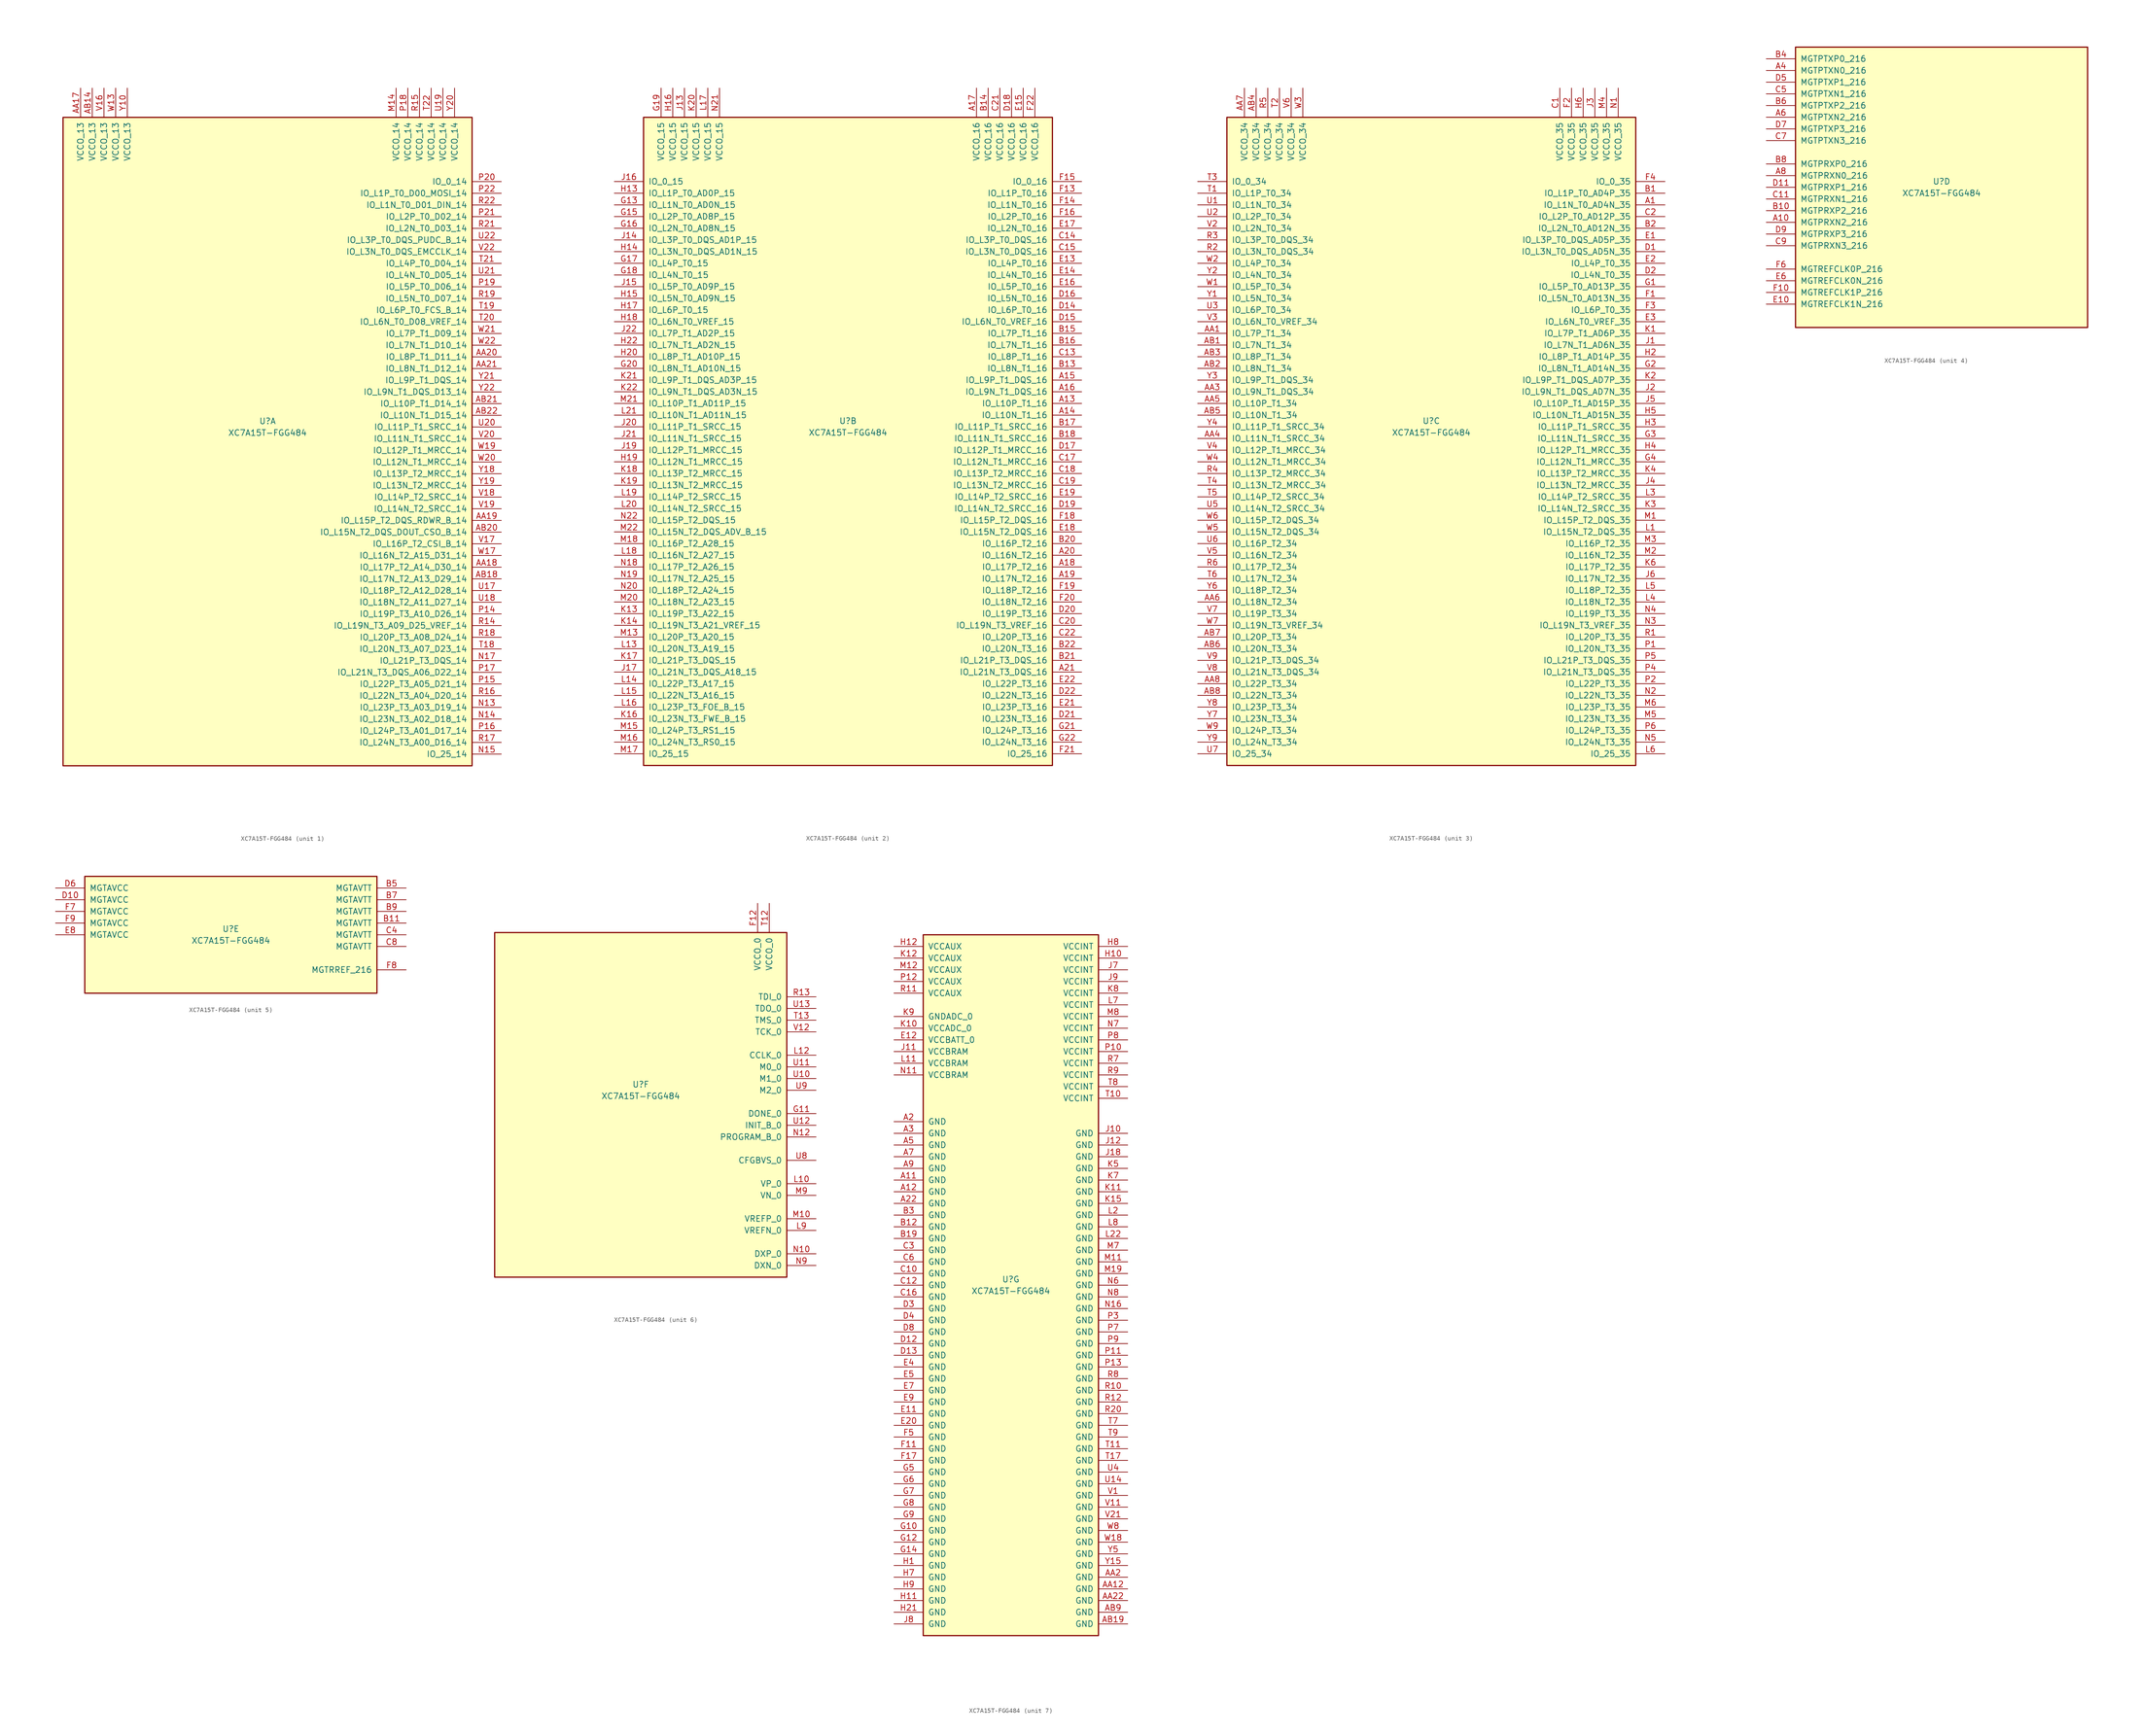
<source format=kicad_sym>
(kicad_symbol_lib
  (version 20241209)
  (generator "kicad_symbol_editor")
  (generator_version "9.0")
  (symbol "XC7A15T-FGG484"
    (pin_names
      (offset 1.016))
    (property "Reference" "U"
      (at 0 1.27 0)
      (effects (font (size 1.27 1.27))))
    (property "Value" "XC7A15T-FGG484"
      (at 0 -1.27 0)
      (effects (font (size 1.27 1.27))))
    (property "Datasheet" ""
      (at 0 0 0)
      (effects (font (size 1.27 1.27))))
    (property "ki_locked" ""
      (at 0 0 0)
      (effects (font (size 1.27 1.27))))
    (symbol "XC7A15T-FGG484_1_1"
      (rectangle (start -44.45 67.31) (end 44.45 -73.66) (stroke (width 0.254) (type default)) (fill (type background)))
      (pin power_in line (at -40.64 73.66 270) (length 6.35) (name "VCCO_13" (effects (font (size 1.27 1.27)))) (number "AA17" (effects (font (size 1.27 1.27)))))
      (pin power_in line (at -38.1 73.66 270) (length 6.35) (name "VCCO_13" (effects (font (size 1.27 1.27)))) (number "AB14" (effects (font (size 1.27 1.27)))))
      (pin power_in line (at -35.56 73.66 270) (length 6.35) (name "VCCO_13" (effects (font (size 1.27 1.27)))) (number "V16" (effects (font (size 1.27 1.27)))))
      (pin power_in line (at -33.02 73.66 270) (length 6.35) (name "VCCO_13" (effects (font (size 1.27 1.27)))) (number "W13" (effects (font (size 1.27 1.27)))))
      (pin power_in line (at -30.48 73.66 270) (length 6.35) (name "VCCO_13" (effects (font (size 1.27 1.27)))) (number "Y10" (effects (font (size 1.27 1.27)))))
      (pin power_in line (at 27.94 73.66 270) (length 6.35) (name "VCCO_14" (effects (font (size 1.27 1.27)))) (number "M14" (effects (font (size 1.27 1.27)))))
      (pin power_in line (at 30.48 73.66 270) (length 6.35) (name "VCCO_14" (effects (font (size 1.27 1.27)))) (number "P18" (effects (font (size 1.27 1.27)))))
      (pin power_in line (at 33.02 73.66 270) (length 6.35) (name "VCCO_14" (effects (font (size 1.27 1.27)))) (number "R15" (effects (font (size 1.27 1.27)))))
      (pin power_in line (at 35.56 73.66 270) (length 6.35) (name "VCCO_14" (effects (font (size 1.27 1.27)))) (number "T22" (effects (font (size 1.27 1.27)))))
      (pin power_in line (at 38.1 73.66 270) (length 6.35) (name "VCCO_14" (effects (font (size 1.27 1.27)))) (number "U19" (effects (font (size 1.27 1.27)))))
      (pin power_in line (at 40.64 73.66 270) (length 6.35) (name "VCCO_14" (effects (font (size 1.27 1.27)))) (number "Y20" (effects (font (size 1.27 1.27)))))
      (pin bidirectional line (at 50.8 53.34 180) (length 6.35) (name "IO_0_14" (effects (font (size 1.27 1.27)))) (number "P20" (effects (font (size 1.27 1.27)))))
      (pin bidirectional line (at 50.8 50.8 180) (length 6.35) (name "IO_L1P_T0_D00_MOSI_14" (effects (font (size 1.27 1.27)))) (number "P22" (effects (font (size 1.27 1.27)))))
      (pin bidirectional line (at 50.8 48.26 180) (length 6.35) (name "IO_L1N_T0_D01_DIN_14" (effects (font (size 1.27 1.27)))) (number "R22" (effects (font (size 1.27 1.27)))))
      (pin bidirectional line (at 50.8 45.72 180) (length 6.35) (name "IO_L2P_T0_D02_14" (effects (font (size 1.27 1.27)))) (number "P21" (effects (font (size 1.27 1.27)))))
      (pin bidirectional line (at 50.8 43.18 180) (length 6.35) (name "IO_L2N_T0_D03_14" (effects (font (size 1.27 1.27)))) (number "R21" (effects (font (size 1.27 1.27)))))
      (pin bidirectional line (at 50.8 40.64 180) (length 6.35) (name "IO_L3P_T0_DQS_PUDC_B_14" (effects (font (size 1.27 1.27)))) (number "U22" (effects (font (size 1.27 1.27)))))
      (pin bidirectional line (at 50.8 38.1 180) (length 6.35) (name "IO_L3N_T0_DQS_EMCCLK_14" (effects (font (size 1.27 1.27)))) (number "V22" (effects (font (size 1.27 1.27)))))
      (pin bidirectional line (at 50.8 35.56 180) (length 6.35) (name "IO_L4P_T0_D04_14" (effects (font (size 1.27 1.27)))) (number "T21" (effects (font (size 1.27 1.27)))))
      (pin bidirectional line (at 50.8 33.02 180) (length 6.35) (name "IO_L4N_T0_D05_14" (effects (font (size 1.27 1.27)))) (number "U21" (effects (font (size 1.27 1.27)))))
      (pin bidirectional line (at 50.8 30.48 180) (length 6.35) (name "IO_L5P_T0_D06_14" (effects (font (size 1.27 1.27)))) (number "P19" (effects (font (size 1.27 1.27)))))
      (pin bidirectional line (at 50.8 27.94 180) (length 6.35) (name "IO_L5N_T0_D07_14" (effects (font (size 1.27 1.27)))) (number "R19" (effects (font (size 1.27 1.27)))))
      (pin bidirectional line (at 50.8 25.4 180) (length 6.35) (name "IO_L6P_T0_FCS_B_14" (effects (font (size 1.27 1.27)))) (number "T19" (effects (font (size 1.27 1.27)))))
      (pin bidirectional line (at 50.8 22.86 180) (length 6.35) (name "IO_L6N_T0_D08_VREF_14" (effects (font (size 1.27 1.27)))) (number "T20" (effects (font (size 1.27 1.27)))))
      (pin bidirectional line (at 50.8 20.32 180) (length 6.35) (name "IO_L7P_T1_D09_14" (effects (font (size 1.27 1.27)))) (number "W21" (effects (font (size 1.27 1.27)))))
      (pin bidirectional line (at 50.8 17.78 180) (length 6.35) (name "IO_L7N_T1_D10_14" (effects (font (size 1.27 1.27)))) (number "W22" (effects (font (size 1.27 1.27)))))
      (pin bidirectional line (at 50.8 15.24 180) (length 6.35) (name "IO_L8P_T1_D11_14" (effects (font (size 1.27 1.27)))) (number "AA20" (effects (font (size 1.27 1.27)))))
      (pin bidirectional line (at 50.8 12.7 180) (length 6.35) (name "IO_L8N_T1_D12_14" (effects (font (size 1.27 1.27)))) (number "AA21" (effects (font (size 1.27 1.27)))))
      (pin bidirectional line (at 50.8 10.16 180) (length 6.35) (name "IO_L9P_T1_DQS_14" (effects (font (size 1.27 1.27)))) (number "Y21" (effects (font (size 1.27 1.27)))))
      (pin bidirectional line (at 50.8 7.62 180) (length 6.35) (name "IO_L9N_T1_DQS_D13_14" (effects (font (size 1.27 1.27)))) (number "Y22" (effects (font (size 1.27 1.27)))))
      (pin bidirectional line (at 50.8 5.08 180) (length 6.35) (name "IO_L10P_T1_D14_14" (effects (font (size 1.27 1.27)))) (number "AB21" (effects (font (size 1.27 1.27)))))
      (pin bidirectional line (at 50.8 2.54 180) (length 6.35) (name "IO_L10N_T1_D15_14" (effects (font (size 1.27 1.27)))) (number "AB22" (effects (font (size 1.27 1.27)))))
      (pin bidirectional line (at 50.8 0 180) (length 6.35) (name "IO_L11P_T1_SRCC_14" (effects (font (size 1.27 1.27)))) (number "U20" (effects (font (size 1.27 1.27)))))
      (pin bidirectional line (at 50.8 -2.54 180) (length 6.35) (name "IO_L11N_T1_SRCC_14" (effects (font (size 1.27 1.27)))) (number "V20" (effects (font (size 1.27 1.27)))))
      (pin bidirectional line (at 50.8 -5.08 180) (length 6.35) (name "IO_L12P_T1_MRCC_14" (effects (font (size 1.27 1.27)))) (number "W19" (effects (font (size 1.27 1.27)))))
      (pin bidirectional line (at 50.8 -7.62 180) (length 6.35) (name "IO_L12N_T1_MRCC_14" (effects (font (size 1.27 1.27)))) (number "W20" (effects (font (size 1.27 1.27)))))
      (pin bidirectional line (at 50.8 -10.16 180) (length 6.35) (name "IO_L13P_T2_MRCC_14" (effects (font (size 1.27 1.27)))) (number "Y18" (effects (font (size 1.27 1.27)))))
      (pin bidirectional line (at 50.8 -12.7 180) (length 6.35) (name "IO_L13N_T2_MRCC_14" (effects (font (size 1.27 1.27)))) (number "Y19" (effects (font (size 1.27 1.27)))))
      (pin bidirectional line (at 50.8 -15.24 180) (length 6.35) (name "IO_L14P_T2_SRCC_14" (effects (font (size 1.27 1.27)))) (number "V18" (effects (font (size 1.27 1.27)))))
      (pin bidirectional line (at 50.8 -17.78 180) (length 6.35) (name "IO_L14N_T2_SRCC_14" (effects (font (size 1.27 1.27)))) (number "V19" (effects (font (size 1.27 1.27)))))
      (pin bidirectional line (at 50.8 -20.32 180) (length 6.35) (name "IO_L15P_T2_DQS_RDWR_B_14" (effects (font (size 1.27 1.27)))) (number "AA19" (effects (font (size 1.27 1.27)))))
      (pin bidirectional line (at 50.8 -22.86 180) (length 6.35) (name "IO_L15N_T2_DQS_DOUT_CSO_B_14" (effects (font (size 1.27 1.27)))) (number "AB20" (effects (font (size 1.27 1.27)))))
      (pin bidirectional line (at 50.8 -25.4 180) (length 6.35) (name "IO_L16P_T2_CSI_B_14" (effects (font (size 1.27 1.27)))) (number "V17" (effects (font (size 1.27 1.27)))))
      (pin bidirectional line (at 50.8 -27.94 180) (length 6.35) (name "IO_L16N_T2_A15_D31_14" (effects (font (size 1.27 1.27)))) (number "W17" (effects (font (size 1.27 1.27)))))
      (pin bidirectional line (at 50.8 -30.48 180) (length 6.35) (name "IO_L17P_T2_A14_D30_14" (effects (font (size 1.27 1.27)))) (number "AA18" (effects (font (size 1.27 1.27)))))
      (pin bidirectional line (at 50.8 -33.02 180) (length 6.35) (name "IO_L17N_T2_A13_D29_14" (effects (font (size 1.27 1.27)))) (number "AB18" (effects (font (size 1.27 1.27)))))
      (pin bidirectional line (at 50.8 -35.56 180) (length 6.35) (name "IO_L18P_T2_A12_D28_14" (effects (font (size 1.27 1.27)))) (number "U17" (effects (font (size 1.27 1.27)))))
      (pin bidirectional line (at 50.8 -38.1 180) (length 6.35) (name "IO_L18N_T2_A11_D27_14" (effects (font (size 1.27 1.27)))) (number "U18" (effects (font (size 1.27 1.27)))))
      (pin bidirectional line (at 50.8 -40.64 180) (length 6.35) (name "IO_L19P_T3_A10_D26_14" (effects (font (size 1.27 1.27)))) (number "P14" (effects (font (size 1.27 1.27)))))
      (pin bidirectional line (at 50.8 -43.18 180) (length 6.35) (name "IO_L19N_T3_A09_D25_VREF_14" (effects (font (size 1.27 1.27)))) (number "R14" (effects (font (size 1.27 1.27)))))
      (pin bidirectional line (at 50.8 -45.72 180) (length 6.35) (name "IO_L20P_T3_A08_D24_14" (effects (font (size 1.27 1.27)))) (number "R18" (effects (font (size 1.27 1.27)))))
      (pin bidirectional line (at 50.8 -48.26 180) (length 6.35) (name "IO_L20N_T3_A07_D23_14" (effects (font (size 1.27 1.27)))) (number "T18" (effects (font (size 1.27 1.27)))))
      (pin bidirectional line (at 50.8 -50.8 180) (length 6.35) (name "IO_L21P_T3_DQS_14" (effects (font (size 1.27 1.27)))) (number "N17" (effects (font (size 1.27 1.27)))))
      (pin bidirectional line (at 50.8 -53.34 180) (length 6.35) (name "IO_L21N_T3_DQS_A06_D22_14" (effects (font (size 1.27 1.27)))) (number "P17" (effects (font (size 1.27 1.27)))))
      (pin bidirectional line (at 50.8 -55.88 180) (length 6.35) (name "IO_L22P_T3_A05_D21_14" (effects (font (size 1.27 1.27)))) (number "P15" (effects (font (size 1.27 1.27)))))
      (pin bidirectional line (at 50.8 -58.42 180) (length 6.35) (name "IO_L22N_T3_A04_D20_14" (effects (font (size 1.27 1.27)))) (number "R16" (effects (font (size 1.27 1.27)))))
      (pin bidirectional line (at 50.8 -60.96 180) (length 6.35) (name "IO_L23P_T3_A03_D19_14" (effects (font (size 1.27 1.27)))) (number "N13" (effects (font (size 1.27 1.27)))))
      (pin bidirectional line (at 50.8 -63.5 180) (length 6.35) (name "IO_L23N_T3_A02_D18_14" (effects (font (size 1.27 1.27)))) (number "N14" (effects (font (size 1.27 1.27)))))
      (pin bidirectional line (at 50.8 -66.04 180) (length 6.35) (name "IO_L24P_T3_A01_D17_14" (effects (font (size 1.27 1.27)))) (number "P16" (effects (font (size 1.27 1.27)))))
      (pin bidirectional line (at 50.8 -68.58 180) (length 6.35) (name "IO_L24N_T3_A00_D16_14" (effects (font (size 1.27 1.27)))) (number "R17" (effects (font (size 1.27 1.27)))))
      (pin bidirectional line (at 50.8 -71.12 180) (length 6.35) (name "IO_25_14" (effects (font (size 1.27 1.27)))) (number "N15" (effects (font (size 1.27 1.27))))))
    (symbol "XC7A15T-FGG484_2_1"
      (rectangle (start -44.45 67.31) (end 44.45 -73.66) (stroke (width 0.254) (type default)) (fill (type background)))
      (pin bidirectional line (at -50.8 53.34 0) (length 6.35) (name "IO_0_15" (effects (font (size 1.27 1.27)))) (number "J16" (effects (font (size 1.27 1.27)))))
      (pin bidirectional line (at -50.8 50.8 0) (length 6.35) (name "IO_L1P_T0_AD0P_15" (effects (font (size 1.27 1.27)))) (number "H13" (effects (font (size 1.27 1.27)))))
      (pin bidirectional line (at -50.8 48.26 0) (length 6.35) (name "IO_L1N_T0_AD0N_15" (effects (font (size 1.27 1.27)))) (number "G13" (effects (font (size 1.27 1.27)))))
      (pin bidirectional line (at -50.8 45.72 0) (length 6.35) (name "IO_L2P_T0_AD8P_15" (effects (font (size 1.27 1.27)))) (number "G15" (effects (font (size 1.27 1.27)))))
      (pin bidirectional line (at -50.8 43.18 0) (length 6.35) (name "IO_L2N_T0_AD8N_15" (effects (font (size 1.27 1.27)))) (number "G16" (effects (font (size 1.27 1.27)))))
      (pin bidirectional line (at -50.8 40.64 0) (length 6.35) (name "IO_L3P_T0_DQS_AD1P_15" (effects (font (size 1.27 1.27)))) (number "J14" (effects (font (size 1.27 1.27)))))
      (pin bidirectional line (at -50.8 38.1 0) (length 6.35) (name "IO_L3N_T0_DQS_AD1N_15" (effects (font (size 1.27 1.27)))) (number "H14" (effects (font (size 1.27 1.27)))))
      (pin bidirectional line (at -50.8 35.56 0) (length 6.35) (name "IO_L4P_T0_15" (effects (font (size 1.27 1.27)))) (number "G17" (effects (font (size 1.27 1.27)))))
      (pin bidirectional line (at -50.8 33.02 0) (length 6.35) (name "IO_L4N_T0_15" (effects (font (size 1.27 1.27)))) (number "G18" (effects (font (size 1.27 1.27)))))
      (pin bidirectional line (at -50.8 30.48 0) (length 6.35) (name "IO_L5P_T0_AD9P_15" (effects (font (size 1.27 1.27)))) (number "J15" (effects (font (size 1.27 1.27)))))
      (pin bidirectional line (at -50.8 27.94 0) (length 6.35) (name "IO_L5N_T0_AD9N_15" (effects (font (size 1.27 1.27)))) (number "H15" (effects (font (size 1.27 1.27)))))
      (pin bidirectional line (at -50.8 25.4 0) (length 6.35) (name "IO_L6P_T0_15" (effects (font (size 1.27 1.27)))) (number "H17" (effects (font (size 1.27 1.27)))))
      (pin bidirectional line (at -50.8 22.86 0) (length 6.35) (name "IO_L6N_T0_VREF_15" (effects (font (size 1.27 1.27)))) (number "H18" (effects (font (size 1.27 1.27)))))
      (pin bidirectional line (at -50.8 20.32 0) (length 6.35) (name "IO_L7P_T1_AD2P_15" (effects (font (size 1.27 1.27)))) (number "J22" (effects (font (size 1.27 1.27)))))
      (pin bidirectional line (at -50.8 17.78 0) (length 6.35) (name "IO_L7N_T1_AD2N_15" (effects (font (size 1.27 1.27)))) (number "H22" (effects (font (size 1.27 1.27)))))
      (pin bidirectional line (at -50.8 15.24 0) (length 6.35) (name "IO_L8P_T1_AD10P_15" (effects (font (size 1.27 1.27)))) (number "H20" (effects (font (size 1.27 1.27)))))
      (pin bidirectional line (at -50.8 12.7 0) (length 6.35) (name "IO_L8N_T1_AD10N_15" (effects (font (size 1.27 1.27)))) (number "G20" (effects (font (size 1.27 1.27)))))
      (pin bidirectional line (at -50.8 10.16 0) (length 6.35) (name "IO_L9P_T1_DQS_AD3P_15" (effects (font (size 1.27 1.27)))) (number "K21" (effects (font (size 1.27 1.27)))))
      (pin bidirectional line (at -50.8 7.62 0) (length 6.35) (name "IO_L9N_T1_DQS_AD3N_15" (effects (font (size 1.27 1.27)))) (number "K22" (effects (font (size 1.27 1.27)))))
      (pin bidirectional line (at -50.8 5.08 0) (length 6.35) (name "IO_L10P_T1_AD11P_15" (effects (font (size 1.27 1.27)))) (number "M21" (effects (font (size 1.27 1.27)))))
      (pin bidirectional line (at -50.8 2.54 0) (length 6.35) (name "IO_L10N_T1_AD11N_15" (effects (font (size 1.27 1.27)))) (number "L21" (effects (font (size 1.27 1.27)))))
      (pin bidirectional line (at -50.8 0 0) (length 6.35) (name "IO_L11P_T1_SRCC_15" (effects (font (size 1.27 1.27)))) (number "J20" (effects (font (size 1.27 1.27)))))
      (pin bidirectional line (at -50.8 -2.54 0) (length 6.35) (name "IO_L11N_T1_SRCC_15" (effects (font (size 1.27 1.27)))) (number "J21" (effects (font (size 1.27 1.27)))))
      (pin bidirectional line (at -50.8 -5.08 0) (length 6.35) (name "IO_L12P_T1_MRCC_15" (effects (font (size 1.27 1.27)))) (number "J19" (effects (font (size 1.27 1.27)))))
      (pin bidirectional line (at -50.8 -7.62 0) (length 6.35) (name "IO_L12N_T1_MRCC_15" (effects (font (size 1.27 1.27)))) (number "H19" (effects (font (size 1.27 1.27)))))
      (pin bidirectional line (at -50.8 -10.16 0) (length 6.35) (name "IO_L13P_T2_MRCC_15" (effects (font (size 1.27 1.27)))) (number "K18" (effects (font (size 1.27 1.27)))))
      (pin bidirectional line (at -50.8 -12.7 0) (length 6.35) (name "IO_L13N_T2_MRCC_15" (effects (font (size 1.27 1.27)))) (number "K19" (effects (font (size 1.27 1.27)))))
      (pin bidirectional line (at -50.8 -15.24 0) (length 6.35) (name "IO_L14P_T2_SRCC_15" (effects (font (size 1.27 1.27)))) (number "L19" (effects (font (size 1.27 1.27)))))
      (pin bidirectional line (at -50.8 -17.78 0) (length 6.35) (name "IO_L14N_T2_SRCC_15" (effects (font (size 1.27 1.27)))) (number "L20" (effects (font (size 1.27 1.27)))))
      (pin bidirectional line (at -50.8 -20.32 0) (length 6.35) (name "IO_L15P_T2_DQS_15" (effects (font (size 1.27 1.27)))) (number "N22" (effects (font (size 1.27 1.27)))))
      (pin bidirectional line (at -50.8 -22.86 0) (length 6.35) (name "IO_L15N_T2_DQS_ADV_B_15" (effects (font (size 1.27 1.27)))) (number "M22" (effects (font (size 1.27 1.27)))))
      (pin bidirectional line (at -50.8 -25.4 0) (length 6.35) (name "IO_L16P_T2_A28_15" (effects (font (size 1.27 1.27)))) (number "M18" (effects (font (size 1.27 1.27)))))
      (pin bidirectional line (at -50.8 -27.94 0) (length 6.35) (name "IO_L16N_T2_A27_15" (effects (font (size 1.27 1.27)))) (number "L18" (effects (font (size 1.27 1.27)))))
      (pin bidirectional line (at -50.8 -30.48 0) (length 6.35) (name "IO_L17P_T2_A26_15" (effects (font (size 1.27 1.27)))) (number "N18" (effects (font (size 1.27 1.27)))))
      (pin bidirectional line (at -50.8 -33.02 0) (length 6.35) (name "IO_L17N_T2_A25_15" (effects (font (size 1.27 1.27)))) (number "N19" (effects (font (size 1.27 1.27)))))
      (pin bidirectional line (at -50.8 -35.56 0) (length 6.35) (name "IO_L18P_T2_A24_15" (effects (font (size 1.27 1.27)))) (number "N20" (effects (font (size 1.27 1.27)))))
      (pin bidirectional line (at -50.8 -38.1 0) (length 6.35) (name "IO_L18N_T2_A23_15" (effects (font (size 1.27 1.27)))) (number "M20" (effects (font (size 1.27 1.27)))))
      (pin bidirectional line (at -50.8 -40.64 0) (length 6.35) (name "IO_L19P_T3_A22_15" (effects (font (size 1.27 1.27)))) (number "K13" (effects (font (size 1.27 1.27)))))
      (pin bidirectional line (at -50.8 -43.18 0) (length 6.35) (name "IO_L19N_T3_A21_VREF_15" (effects (font (size 1.27 1.27)))) (number "K14" (effects (font (size 1.27 1.27)))))
      (pin bidirectional line (at -50.8 -45.72 0) (length 6.35) (name "IO_L20P_T3_A20_15" (effects (font (size 1.27 1.27)))) (number "M13" (effects (font (size 1.27 1.27)))))
      (pin bidirectional line (at -50.8 -48.26 0) (length 6.35) (name "IO_L20N_T3_A19_15" (effects (font (size 1.27 1.27)))) (number "L13" (effects (font (size 1.27 1.27)))))
      (pin bidirectional line (at -50.8 -50.8 0) (length 6.35) (name "IO_L21P_T3_DQS_15" (effects (font (size 1.27 1.27)))) (number "K17" (effects (font (size 1.27 1.27)))))
      (pin bidirectional line (at -50.8 -53.34 0) (length 6.35) (name "IO_L21N_T3_DQS_A18_15" (effects (font (size 1.27 1.27)))) (number "J17" (effects (font (size 1.27 1.27)))))
      (pin bidirectional line (at -50.8 -55.88 0) (length 6.35) (name "IO_L22P_T3_A17_15" (effects (font (size 1.27 1.27)))) (number "L14" (effects (font (size 1.27 1.27)))))
      (pin bidirectional line (at -50.8 -58.42 0) (length 6.35) (name "IO_L22N_T3_A16_15" (effects (font (size 1.27 1.27)))) (number "L15" (effects (font (size 1.27 1.27)))))
      (pin bidirectional line (at -50.8 -60.96 0) (length 6.35) (name "IO_L23P_T3_FOE_B_15" (effects (font (size 1.27 1.27)))) (number "L16" (effects (font (size 1.27 1.27)))))
      (pin bidirectional line (at -50.8 -63.5 0) (length 6.35) (name "IO_L23N_T3_FWE_B_15" (effects (font (size 1.27 1.27)))) (number "K16" (effects (font (size 1.27 1.27)))))
      (pin bidirectional line (at -50.8 -66.04 0) (length 6.35) (name "IO_L24P_T3_RS1_15" (effects (font (size 1.27 1.27)))) (number "M15" (effects (font (size 1.27 1.27)))))
      (pin bidirectional line (at -50.8 -68.58 0) (length 6.35) (name "IO_L24N_T3_RS0_15" (effects (font (size 1.27 1.27)))) (number "M16" (effects (font (size 1.27 1.27)))))
      (pin bidirectional line (at -50.8 -71.12 0) (length 6.35) (name "IO_25_15" (effects (font (size 1.27 1.27)))) (number "M17" (effects (font (size 1.27 1.27)))))
      (pin power_in line (at -40.64 73.66 270) (length 6.35) (name "VCCO_15" (effects (font (size 1.27 1.27)))) (number "G19" (effects (font (size 1.27 1.27)))))
      (pin power_in line (at -38.1 73.66 270) (length 6.35) (name "VCCO_15" (effects (font (size 1.27 1.27)))) (number "H16" (effects (font (size 1.27 1.27)))))
      (pin power_in line (at -35.56 73.66 270) (length 6.35) (name "VCCO_15" (effects (font (size 1.27 1.27)))) (number "J13" (effects (font (size 1.27 1.27)))))
      (pin power_in line (at -33.02 73.66 270) (length 6.35) (name "VCCO_15" (effects (font (size 1.27 1.27)))) (number "K20" (effects (font (size 1.27 1.27)))))
      (pin power_in line (at -30.48 73.66 270) (length 6.35) (name "VCCO_15" (effects (font (size 1.27 1.27)))) (number "L17" (effects (font (size 1.27 1.27)))))
      (pin power_in line (at -27.94 73.66 270) (length 6.35) (name "VCCO_15" (effects (font (size 1.27 1.27)))) (number "N21" (effects (font (size 1.27 1.27)))))
      (pin power_in line (at 27.94 73.66 270) (length 6.35) (name "VCCO_16" (effects (font (size 1.27 1.27)))) (number "A17" (effects (font (size 1.27 1.27)))))
      (pin power_in line (at 30.48 73.66 270) (length 6.35) (name "VCCO_16" (effects (font (size 1.27 1.27)))) (number "B14" (effects (font (size 1.27 1.27)))))
      (pin power_in line (at 33.02 73.66 270) (length 6.35) (name "VCCO_16" (effects (font (size 1.27 1.27)))) (number "C21" (effects (font (size 1.27 1.27)))))
      (pin power_in line (at 35.56 73.66 270) (length 6.35) (name "VCCO_16" (effects (font (size 1.27 1.27)))) (number "D18" (effects (font (size 1.27 1.27)))))
      (pin power_in line (at 38.1 73.66 270) (length 6.35) (name "VCCO_16" (effects (font (size 1.27 1.27)))) (number "E15" (effects (font (size 1.27 1.27)))))
      (pin power_in line (at 40.64 73.66 270) (length 6.35) (name "VCCO_16" (effects (font (size 1.27 1.27)))) (number "F22" (effects (font (size 1.27 1.27)))))
      (pin bidirectional line (at 50.8 53.34 180) (length 6.35) (name "IO_0_16" (effects (font (size 1.27 1.27)))) (number "F15" (effects (font (size 1.27 1.27)))))
      (pin bidirectional line (at 50.8 50.8 180) (length 6.35) (name "IO_L1P_T0_16" (effects (font (size 1.27 1.27)))) (number "F13" (effects (font (size 1.27 1.27)))))
      (pin bidirectional line (at 50.8 48.26 180) (length 6.35) (name "IO_L1N_T0_16" (effects (font (size 1.27 1.27)))) (number "F14" (effects (font (size 1.27 1.27)))))
      (pin bidirectional line (at 50.8 45.72 180) (length 6.35) (name "IO_L2P_T0_16" (effects (font (size 1.27 1.27)))) (number "F16" (effects (font (size 1.27 1.27)))))
      (pin bidirectional line (at 50.8 43.18 180) (length 6.35) (name "IO_L2N_T0_16" (effects (font (size 1.27 1.27)))) (number "E17" (effects (font (size 1.27 1.27)))))
      (pin bidirectional line (at 50.8 40.64 180) (length 6.35) (name "IO_L3P_T0_DQS_16" (effects (font (size 1.27 1.27)))) (number "C14" (effects (font (size 1.27 1.27)))))
      (pin bidirectional line (at 50.8 38.1 180) (length 6.35) (name "IO_L3N_T0_DQS_16" (effects (font (size 1.27 1.27)))) (number "C15" (effects (font (size 1.27 1.27)))))
      (pin bidirectional line (at 50.8 35.56 180) (length 6.35) (name "IO_L4P_T0_16" (effects (font (size 1.27 1.27)))) (number "E13" (effects (font (size 1.27 1.27)))))
      (pin bidirectional line (at 50.8 33.02 180) (length 6.35) (name "IO_L4N_T0_16" (effects (font (size 1.27 1.27)))) (number "E14" (effects (font (size 1.27 1.27)))))
      (pin bidirectional line (at 50.8 30.48 180) (length 6.35) (name "IO_L5P_T0_16" (effects (font (size 1.27 1.27)))) (number "E16" (effects (font (size 1.27 1.27)))))
      (pin bidirectional line (at 50.8 27.94 180) (length 6.35) (name "IO_L5N_T0_16" (effects (font (size 1.27 1.27)))) (number "D16" (effects (font (size 1.27 1.27)))))
      (pin bidirectional line (at 50.8 25.4 180) (length 6.35) (name "IO_L6P_T0_16" (effects (font (size 1.27 1.27)))) (number "D14" (effects (font (size 1.27 1.27)))))
      (pin bidirectional line (at 50.8 22.86 180) (length 6.35) (name "IO_L6N_T0_VREF_16" (effects (font (size 1.27 1.27)))) (number "D15" (effects (font (size 1.27 1.27)))))
      (pin bidirectional line (at 50.8 20.32 180) (length 6.35) (name "IO_L7P_T1_16" (effects (font (size 1.27 1.27)))) (number "B15" (effects (font (size 1.27 1.27)))))
      (pin bidirectional line (at 50.8 17.78 180) (length 6.35) (name "IO_L7N_T1_16" (effects (font (size 1.27 1.27)))) (number "B16" (effects (font (size 1.27 1.27)))))
      (pin bidirectional line (at 50.8 15.24 180) (length 6.35) (name "IO_L8P_T1_16" (effects (font (size 1.27 1.27)))) (number "C13" (effects (font (size 1.27 1.27)))))
      (pin bidirectional line (at 50.8 12.7 180) (length 6.35) (name "IO_L8N_T1_16" (effects (font (size 1.27 1.27)))) (number "B13" (effects (font (size 1.27 1.27)))))
      (pin bidirectional line (at 50.8 10.16 180) (length 6.35) (name "IO_L9P_T1_DQS_16" (effects (font (size 1.27 1.27)))) (number "A15" (effects (font (size 1.27 1.27)))))
      (pin bidirectional line (at 50.8 7.62 180) (length 6.35) (name "IO_L9N_T1_DQS_16" (effects (font (size 1.27 1.27)))) (number "A16" (effects (font (size 1.27 1.27)))))
      (pin bidirectional line (at 50.8 5.08 180) (length 6.35) (name "IO_L10P_T1_16" (effects (font (size 1.27 1.27)))) (number "A13" (effects (font (size 1.27 1.27)))))
      (pin bidirectional line (at 50.8 2.54 180) (length 6.35) (name "IO_L10N_T1_16" (effects (font (size 1.27 1.27)))) (number "A14" (effects (font (size 1.27 1.27)))))
      (pin bidirectional line (at 50.8 0 180) (length 6.35) (name "IO_L11P_T1_SRCC_16" (effects (font (size 1.27 1.27)))) (number "B17" (effects (font (size 1.27 1.27)))))
      (pin bidirectional line (at 50.8 -2.54 180) (length 6.35) (name "IO_L11N_T1_SRCC_16" (effects (font (size 1.27 1.27)))) (number "B18" (effects (font (size 1.27 1.27)))))
      (pin bidirectional line (at 50.8 -5.08 180) (length 6.35) (name "IO_L12P_T1_MRCC_16" (effects (font (size 1.27 1.27)))) (number "D17" (effects (font (size 1.27 1.27)))))
      (pin bidirectional line (at 50.8 -7.62 180) (length 6.35) (name "IO_L12N_T1_MRCC_16" (effects (font (size 1.27 1.27)))) (number "C17" (effects (font (size 1.27 1.27)))))
      (pin bidirectional line (at 50.8 -10.16 180) (length 6.35) (name "IO_L13P_T2_MRCC_16" (effects (font (size 1.27 1.27)))) (number "C18" (effects (font (size 1.27 1.27)))))
      (pin bidirectional line (at 50.8 -12.7 180) (length 6.35) (name "IO_L13N_T2_MRCC_16" (effects (font (size 1.27 1.27)))) (number "C19" (effects (font (size 1.27 1.27)))))
      (pin bidirectional line (at 50.8 -15.24 180) (length 6.35) (name "IO_L14P_T2_SRCC_16" (effects (font (size 1.27 1.27)))) (number "E19" (effects (font (size 1.27 1.27)))))
      (pin bidirectional line (at 50.8 -17.78 180) (length 6.35) (name "IO_L14N_T2_SRCC_16" (effects (font (size 1.27 1.27)))) (number "D19" (effects (font (size 1.27 1.27)))))
      (pin bidirectional line (at 50.8 -20.32 180) (length 6.35) (name "IO_L15P_T2_DQS_16" (effects (font (size 1.27 1.27)))) (number "F18" (effects (font (size 1.27 1.27)))))
      (pin bidirectional line (at 50.8 -22.86 180) (length 6.35) (name "IO_L15N_T2_DQS_16" (effects (font (size 1.27 1.27)))) (number "E18" (effects (font (size 1.27 1.27)))))
      (pin bidirectional line (at 50.8 -25.4 180) (length 6.35) (name "IO_L16P_T2_16" (effects (font (size 1.27 1.27)))) (number "B20" (effects (font (size 1.27 1.27)))))
      (pin bidirectional line (at 50.8 -27.94 180) (length 6.35) (name "IO_L16N_T2_16" (effects (font (size 1.27 1.27)))) (number "A20" (effects (font (size 1.27 1.27)))))
      (pin bidirectional line (at 50.8 -30.48 180) (length 6.35) (name "IO_L17P_T2_16" (effects (font (size 1.27 1.27)))) (number "A18" (effects (font (size 1.27 1.27)))))
      (pin bidirectional line (at 50.8 -33.02 180) (length 6.35) (name "IO_L17N_T2_16" (effects (font (size 1.27 1.27)))) (number "A19" (effects (font (size 1.27 1.27)))))
      (pin bidirectional line (at 50.8 -35.56 180) (length 6.35) (name "IO_L18P_T2_16" (effects (font (size 1.27 1.27)))) (number "F19" (effects (font (size 1.27 1.27)))))
      (pin bidirectional line (at 50.8 -38.1 180) (length 6.35) (name "IO_L18N_T2_16" (effects (font (size 1.27 1.27)))) (number "F20" (effects (font (size 1.27 1.27)))))
      (pin bidirectional line (at 50.8 -40.64 180) (length 6.35) (name "IO_L19P_T3_16" (effects (font (size 1.27 1.27)))) (number "D20" (effects (font (size 1.27 1.27)))))
      (pin bidirectional line (at 50.8 -43.18 180) (length 6.35) (name "IO_L19N_T3_VREF_16" (effects (font (size 1.27 1.27)))) (number "C20" (effects (font (size 1.27 1.27)))))
      (pin bidirectional line (at 50.8 -45.72 180) (length 6.35) (name "IO_L20P_T3_16" (effects (font (size 1.27 1.27)))) (number "C22" (effects (font (size 1.27 1.27)))))
      (pin bidirectional line (at 50.8 -48.26 180) (length 6.35) (name "IO_L20N_T3_16" (effects (font (size 1.27 1.27)))) (number "B22" (effects (font (size 1.27 1.27)))))
      (pin bidirectional line (at 50.8 -50.8 180) (length 6.35) (name "IO_L21P_T3_DQS_16" (effects (font (size 1.27 1.27)))) (number "B21" (effects (font (size 1.27 1.27)))))
      (pin bidirectional line (at 50.8 -53.34 180) (length 6.35) (name "IO_L21N_T3_DQS_16" (effects (font (size 1.27 1.27)))) (number "A21" (effects (font (size 1.27 1.27)))))
      (pin bidirectional line (at 50.8 -55.88 180) (length 6.35) (name "IO_L22P_T3_16" (effects (font (size 1.27 1.27)))) (number "E22" (effects (font (size 1.27 1.27)))))
      (pin bidirectional line (at 50.8 -58.42 180) (length 6.35) (name "IO_L22N_T3_16" (effects (font (size 1.27 1.27)))) (number "D22" (effects (font (size 1.27 1.27)))))
      (pin bidirectional line (at 50.8 -60.96 180) (length 6.35) (name "IO_L23P_T3_16" (effects (font (size 1.27 1.27)))) (number "E21" (effects (font (size 1.27 1.27)))))
      (pin bidirectional line (at 50.8 -63.5 180) (length 6.35) (name "IO_L23N_T3_16" (effects (font (size 1.27 1.27)))) (number "D21" (effects (font (size 1.27 1.27)))))
      (pin bidirectional line (at 50.8 -66.04 180) (length 6.35) (name "IO_L24P_T3_16" (effects (font (size 1.27 1.27)))) (number "G21" (effects (font (size 1.27 1.27)))))
      (pin bidirectional line (at 50.8 -68.58 180) (length 6.35) (name "IO_L24N_T3_16" (effects (font (size 1.27 1.27)))) (number "G22" (effects (font (size 1.27 1.27)))))
      (pin bidirectional line (at 50.8 -71.12 180) (length 6.35) (name "IO_25_16" (effects (font (size 1.27 1.27)))) (number "F21" (effects (font (size 1.27 1.27))))))
    (symbol "XC7A15T-FGG484_3_1"
      (rectangle (start -44.45 67.31) (end 44.45 -73.66) (stroke (width 0.254) (type default)) (fill (type background)))
      (pin bidirectional line (at -50.8 53.34 0) (length 6.35) (name "IO_0_34" (effects (font (size 1.27 1.27)))) (number "T3" (effects (font (size 1.27 1.27)))))
      (pin bidirectional line (at -50.8 50.8 0) (length 6.35) (name "IO_L1P_T0_34" (effects (font (size 1.27 1.27)))) (number "T1" (effects (font (size 1.27 1.27)))))
      (pin bidirectional line (at -50.8 48.26 0) (length 6.35) (name "IO_L1N_T0_34" (effects (font (size 1.27 1.27)))) (number "U1" (effects (font (size 1.27 1.27)))))
      (pin bidirectional line (at -50.8 45.72 0) (length 6.35) (name "IO_L2P_T0_34" (effects (font (size 1.27 1.27)))) (number "U2" (effects (font (size 1.27 1.27)))))
      (pin bidirectional line (at -50.8 43.18 0) (length 6.35) (name "IO_L2N_T0_34" (effects (font (size 1.27 1.27)))) (number "V2" (effects (font (size 1.27 1.27)))))
      (pin bidirectional line (at -50.8 40.64 0) (length 6.35) (name "IO_L3P_T0_DQS_34" (effects (font (size 1.27 1.27)))) (number "R3" (effects (font (size 1.27 1.27)))))
      (pin bidirectional line (at -50.8 38.1 0) (length 6.35) (name "IO_L3N_T0_DQS_34" (effects (font (size 1.27 1.27)))) (number "R2" (effects (font (size 1.27 1.27)))))
      (pin bidirectional line (at -50.8 35.56 0) (length 6.35) (name "IO_L4P_T0_34" (effects (font (size 1.27 1.27)))) (number "W2" (effects (font (size 1.27 1.27)))))
      (pin bidirectional line (at -50.8 33.02 0) (length 6.35) (name "IO_L4N_T0_34" (effects (font (size 1.27 1.27)))) (number "Y2" (effects (font (size 1.27 1.27)))))
      (pin bidirectional line (at -50.8 30.48 0) (length 6.35) (name "IO_L5P_T0_34" (effects (font (size 1.27 1.27)))) (number "W1" (effects (font (size 1.27 1.27)))))
      (pin bidirectional line (at -50.8 27.94 0) (length 6.35) (name "IO_L5N_T0_34" (effects (font (size 1.27 1.27)))) (number "Y1" (effects (font (size 1.27 1.27)))))
      (pin bidirectional line (at -50.8 25.4 0) (length 6.35) (name "IO_L6P_T0_34" (effects (font (size 1.27 1.27)))) (number "U3" (effects (font (size 1.27 1.27)))))
      (pin bidirectional line (at -50.8 22.86 0) (length 6.35) (name "IO_L6N_T0_VREF_34" (effects (font (size 1.27 1.27)))) (number "V3" (effects (font (size 1.27 1.27)))))
      (pin bidirectional line (at -50.8 20.32 0) (length 6.35) (name "IO_L7P_T1_34" (effects (font (size 1.27 1.27)))) (number "AA1" (effects (font (size 1.27 1.27)))))
      (pin bidirectional line (at -50.8 17.78 0) (length 6.35) (name "IO_L7N_T1_34" (effects (font (size 1.27 1.27)))) (number "AB1" (effects (font (size 1.27 1.27)))))
      (pin bidirectional line (at -50.8 15.24 0) (length 6.35) (name "IO_L8P_T1_34" (effects (font (size 1.27 1.27)))) (number "AB3" (effects (font (size 1.27 1.27)))))
      (pin bidirectional line (at -50.8 12.7 0) (length 6.35) (name "IO_L8N_T1_34" (effects (font (size 1.27 1.27)))) (number "AB2" (effects (font (size 1.27 1.27)))))
      (pin bidirectional line (at -50.8 10.16 0) (length 6.35) (name "IO_L9P_T1_DQS_34" (effects (font (size 1.27 1.27)))) (number "Y3" (effects (font (size 1.27 1.27)))))
      (pin bidirectional line (at -50.8 7.62 0) (length 6.35) (name "IO_L9N_T1_DQS_34" (effects (font (size 1.27 1.27)))) (number "AA3" (effects (font (size 1.27 1.27)))))
      (pin bidirectional line (at -50.8 5.08 0) (length 6.35) (name "IO_L10P_T1_34" (effects (font (size 1.27 1.27)))) (number "AA5" (effects (font (size 1.27 1.27)))))
      (pin bidirectional line (at -50.8 2.54 0) (length 6.35) (name "IO_L10N_T1_34" (effects (font (size 1.27 1.27)))) (number "AB5" (effects (font (size 1.27 1.27)))))
      (pin bidirectional line (at -50.8 0 0) (length 6.35) (name "IO_L11P_T1_SRCC_34" (effects (font (size 1.27 1.27)))) (number "Y4" (effects (font (size 1.27 1.27)))))
      (pin bidirectional line (at -50.8 -2.54 0) (length 6.35) (name "IO_L11N_T1_SRCC_34" (effects (font (size 1.27 1.27)))) (number "AA4" (effects (font (size 1.27 1.27)))))
      (pin bidirectional line (at -50.8 -5.08 0) (length 6.35) (name "IO_L12P_T1_MRCC_34" (effects (font (size 1.27 1.27)))) (number "V4" (effects (font (size 1.27 1.27)))))
      (pin bidirectional line (at -50.8 -7.62 0) (length 6.35) (name "IO_L12N_T1_MRCC_34" (effects (font (size 1.27 1.27)))) (number "W4" (effects (font (size 1.27 1.27)))))
      (pin bidirectional line (at -50.8 -10.16 0) (length 6.35) (name "IO_L13P_T2_MRCC_34" (effects (font (size 1.27 1.27)))) (number "R4" (effects (font (size 1.27 1.27)))))
      (pin bidirectional line (at -50.8 -12.7 0) (length 6.35) (name "IO_L13N_T2_MRCC_34" (effects (font (size 1.27 1.27)))) (number "T4" (effects (font (size 1.27 1.27)))))
      (pin bidirectional line (at -50.8 -15.24 0) (length 6.35) (name "IO_L14P_T2_SRCC_34" (effects (font (size 1.27 1.27)))) (number "T5" (effects (font (size 1.27 1.27)))))
      (pin bidirectional line (at -50.8 -17.78 0) (length 6.35) (name "IO_L14N_T2_SRCC_34" (effects (font (size 1.27 1.27)))) (number "U5" (effects (font (size 1.27 1.27)))))
      (pin bidirectional line (at -50.8 -20.32 0) (length 6.35) (name "IO_L15P_T2_DQS_34" (effects (font (size 1.27 1.27)))) (number "W6" (effects (font (size 1.27 1.27)))))
      (pin bidirectional line (at -50.8 -22.86 0) (length 6.35) (name "IO_L15N_T2_DQS_34" (effects (font (size 1.27 1.27)))) (number "W5" (effects (font (size 1.27 1.27)))))
      (pin bidirectional line (at -50.8 -25.4 0) (length 6.35) (name "IO_L16P_T2_34" (effects (font (size 1.27 1.27)))) (number "U6" (effects (font (size 1.27 1.27)))))
      (pin bidirectional line (at -50.8 -27.94 0) (length 6.35) (name "IO_L16N_T2_34" (effects (font (size 1.27 1.27)))) (number "V5" (effects (font (size 1.27 1.27)))))
      (pin bidirectional line (at -50.8 -30.48 0) (length 6.35) (name "IO_L17P_T2_34" (effects (font (size 1.27 1.27)))) (number "R6" (effects (font (size 1.27 1.27)))))
      (pin bidirectional line (at -50.8 -33.02 0) (length 6.35) (name "IO_L17N_T2_34" (effects (font (size 1.27 1.27)))) (number "T6" (effects (font (size 1.27 1.27)))))
      (pin bidirectional line (at -50.8 -35.56 0) (length 6.35) (name "IO_L18P_T2_34" (effects (font (size 1.27 1.27)))) (number "Y6" (effects (font (size 1.27 1.27)))))
      (pin bidirectional line (at -50.8 -38.1 0) (length 6.35) (name "IO_L18N_T2_34" (effects (font (size 1.27 1.27)))) (number "AA6" (effects (font (size 1.27 1.27)))))
      (pin bidirectional line (at -50.8 -40.64 0) (length 6.35) (name "IO_L19P_T3_34" (effects (font (size 1.27 1.27)))) (number "V7" (effects (font (size 1.27 1.27)))))
      (pin bidirectional line (at -50.8 -43.18 0) (length 6.35) (name "IO_L19N_T3_VREF_34" (effects (font (size 1.27 1.27)))) (number "W7" (effects (font (size 1.27 1.27)))))
      (pin bidirectional line (at -50.8 -45.72 0) (length 6.35) (name "IO_L20P_T3_34" (effects (font (size 1.27 1.27)))) (number "AB7" (effects (font (size 1.27 1.27)))))
      (pin bidirectional line (at -50.8 -48.26 0) (length 6.35) (name "IO_L20N_T3_34" (effects (font (size 1.27 1.27)))) (number "AB6" (effects (font (size 1.27 1.27)))))
      (pin bidirectional line (at -50.8 -50.8 0) (length 6.35) (name "IO_L21P_T3_DQS_34" (effects (font (size 1.27 1.27)))) (number "V9" (effects (font (size 1.27 1.27)))))
      (pin bidirectional line (at -50.8 -53.34 0) (length 6.35) (name "IO_L21N_T3_DQS_34" (effects (font (size 1.27 1.27)))) (number "V8" (effects (font (size 1.27 1.27)))))
      (pin bidirectional line (at -50.8 -55.88 0) (length 6.35) (name "IO_L22P_T3_34" (effects (font (size 1.27 1.27)))) (number "AA8" (effects (font (size 1.27 1.27)))))
      (pin bidirectional line (at -50.8 -58.42 0) (length 6.35) (name "IO_L22N_T3_34" (effects (font (size 1.27 1.27)))) (number "AB8" (effects (font (size 1.27 1.27)))))
      (pin bidirectional line (at -50.8 -60.96 0) (length 6.35) (name "IO_L23P_T3_34" (effects (font (size 1.27 1.27)))) (number "Y8" (effects (font (size 1.27 1.27)))))
      (pin bidirectional line (at -50.8 -63.5 0) (length 6.35) (name "IO_L23N_T3_34" (effects (font (size 1.27 1.27)))) (number "Y7" (effects (font (size 1.27 1.27)))))
      (pin bidirectional line (at -50.8 -66.04 0) (length 6.35) (name "IO_L24P_T3_34" (effects (font (size 1.27 1.27)))) (number "W9" (effects (font (size 1.27 1.27)))))
      (pin bidirectional line (at -50.8 -68.58 0) (length 6.35) (name "IO_L24N_T3_34" (effects (font (size 1.27 1.27)))) (number "Y9" (effects (font (size 1.27 1.27)))))
      (pin bidirectional line (at -50.8 -71.12 0) (length 6.35) (name "IO_25_34" (effects (font (size 1.27 1.27)))) (number "U7" (effects (font (size 1.27 1.27)))))
      (pin power_in line (at -40.64 73.66 270) (length 6.35) (name "VCCO_34" (effects (font (size 1.27 1.27)))) (number "AA7" (effects (font (size 1.27 1.27)))))
      (pin power_in line (at -38.1 73.66 270) (length 6.35) (name "VCCO_34" (effects (font (size 1.27 1.27)))) (number "AB4" (effects (font (size 1.27 1.27)))))
      (pin power_in line (at -35.56 73.66 270) (length 6.35) (name "VCCO_34" (effects (font (size 1.27 1.27)))) (number "R5" (effects (font (size 1.27 1.27)))))
      (pin power_in line (at -33.02 73.66 270) (length 6.35) (name "VCCO_34" (effects (font (size 1.27 1.27)))) (number "T2" (effects (font (size 1.27 1.27)))))
      (pin power_in line (at -30.48 73.66 270) (length 6.35) (name "VCCO_34" (effects (font (size 1.27 1.27)))) (number "V6" (effects (font (size 1.27 1.27)))))
      (pin power_in line (at -27.94 73.66 270) (length 6.35) (name "VCCO_34" (effects (font (size 1.27 1.27)))) (number "W3" (effects (font (size 1.27 1.27)))))
      (pin power_in line (at 27.94 73.66 270) (length 6.35) (name "VCCO_35" (effects (font (size 1.27 1.27)))) (number "C1" (effects (font (size 1.27 1.27)))))
      (pin power_in line (at 30.48 73.66 270) (length 6.35) (name "VCCO_35" (effects (font (size 1.27 1.27)))) (number "F2" (effects (font (size 1.27 1.27)))))
      (pin power_in line (at 33.02 73.66 270) (length 6.35) (name "VCCO_35" (effects (font (size 1.27 1.27)))) (number "H6" (effects (font (size 1.27 1.27)))))
      (pin power_in line (at 35.56 73.66 270) (length 6.35) (name "VCCO_35" (effects (font (size 1.27 1.27)))) (number "J3" (effects (font (size 1.27 1.27)))))
      (pin power_in line (at 38.1 73.66 270) (length 6.35) (name "VCCO_35" (effects (font (size 1.27 1.27)))) (number "M4" (effects (font (size 1.27 1.27)))))
      (pin power_in line (at 40.64 73.66 270) (length 6.35) (name "VCCO_35" (effects (font (size 1.27 1.27)))) (number "N1" (effects (font (size 1.27 1.27)))))
      (pin bidirectional line (at 50.8 53.34 180) (length 6.35) (name "IO_0_35" (effects (font (size 1.27 1.27)))) (number "F4" (effects (font (size 1.27 1.27)))))
      (pin bidirectional line (at 50.8 50.8 180) (length 6.35) (name "IO_L1P_T0_AD4P_35" (effects (font (size 1.27 1.27)))) (number "B1" (effects (font (size 1.27 1.27)))))
      (pin bidirectional line (at 50.8 48.26 180) (length 6.35) (name "IO_L1N_T0_AD4N_35" (effects (font (size 1.27 1.27)))) (number "A1" (effects (font (size 1.27 1.27)))))
      (pin bidirectional line (at 50.8 45.72 180) (length 6.35) (name "IO_L2P_T0_AD12P_35" (effects (font (size 1.27 1.27)))) (number "C2" (effects (font (size 1.27 1.27)))))
      (pin bidirectional line (at 50.8 43.18 180) (length 6.35) (name "IO_L2N_T0_AD12N_35" (effects (font (size 1.27 1.27)))) (number "B2" (effects (font (size 1.27 1.27)))))
      (pin bidirectional line (at 50.8 40.64 180) (length 6.35) (name "IO_L3P_T0_DQS_AD5P_35" (effects (font (size 1.27 1.27)))) (number "E1" (effects (font (size 1.27 1.27)))))
      (pin bidirectional line (at 50.8 38.1 180) (length 6.35) (name "IO_L3N_T0_DQS_AD5N_35" (effects (font (size 1.27 1.27)))) (number "D1" (effects (font (size 1.27 1.27)))))
      (pin bidirectional line (at 50.8 35.56 180) (length 6.35) (name "IO_L4P_T0_35" (effects (font (size 1.27 1.27)))) (number "E2" (effects (font (size 1.27 1.27)))))
      (pin bidirectional line (at 50.8 33.02 180) (length 6.35) (name "IO_L4N_T0_35" (effects (font (size 1.27 1.27)))) (number "D2" (effects (font (size 1.27 1.27)))))
      (pin bidirectional line (at 50.8 30.48 180) (length 6.35) (name "IO_L5P_T0_AD13P_35" (effects (font (size 1.27 1.27)))) (number "G1" (effects (font (size 1.27 1.27)))))
      (pin bidirectional line (at 50.8 27.94 180) (length 6.35) (name "IO_L5N_T0_AD13N_35" (effects (font (size 1.27 1.27)))) (number "F1" (effects (font (size 1.27 1.27)))))
      (pin bidirectional line (at 50.8 25.4 180) (length 6.35) (name "IO_L6P_T0_35" (effects (font (size 1.27 1.27)))) (number "F3" (effects (font (size 1.27 1.27)))))
      (pin bidirectional line (at 50.8 22.86 180) (length 6.35) (name "IO_L6N_T0_VREF_35" (effects (font (size 1.27 1.27)))) (number "E3" (effects (font (size 1.27 1.27)))))
      (pin bidirectional line (at 50.8 20.32 180) (length 6.35) (name "IO_L7P_T1_AD6P_35" (effects (font (size 1.27 1.27)))) (number "K1" (effects (font (size 1.27 1.27)))))
      (pin bidirectional line (at 50.8 17.78 180) (length 6.35) (name "IO_L7N_T1_AD6N_35" (effects (font (size 1.27 1.27)))) (number "J1" (effects (font (size 1.27 1.27)))))
      (pin bidirectional line (at 50.8 15.24 180) (length 6.35) (name "IO_L8P_T1_AD14P_35" (effects (font (size 1.27 1.27)))) (number "H2" (effects (font (size 1.27 1.27)))))
      (pin bidirectional line (at 50.8 12.7 180) (length 6.35) (name "IO_L8N_T1_AD14N_35" (effects (font (size 1.27 1.27)))) (number "G2" (effects (font (size 1.27 1.27)))))
      (pin bidirectional line (at 50.8 10.16 180) (length 6.35) (name "IO_L9P_T1_DQS_AD7P_35" (effects (font (size 1.27 1.27)))) (number "K2" (effects (font (size 1.27 1.27)))))
      (pin bidirectional line (at 50.8 7.62 180) (length 6.35) (name "IO_L9N_T1_DQS_AD7N_35" (effects (font (size 1.27 1.27)))) (number "J2" (effects (font (size 1.27 1.27)))))
      (pin bidirectional line (at 50.8 5.08 180) (length 6.35) (name "IO_L10P_T1_AD15P_35" (effects (font (size 1.27 1.27)))) (number "J5" (effects (font (size 1.27 1.27)))))
      (pin bidirectional line (at 50.8 2.54 180) (length 6.35) (name "IO_L10N_T1_AD15N_35" (effects (font (size 1.27 1.27)))) (number "H5" (effects (font (size 1.27 1.27)))))
      (pin bidirectional line (at 50.8 0 180) (length 6.35) (name "IO_L11P_T1_SRCC_35" (effects (font (size 1.27 1.27)))) (number "H3" (effects (font (size 1.27 1.27)))))
      (pin bidirectional line (at 50.8 -2.54 180) (length 6.35) (name "IO_L11N_T1_SRCC_35" (effects (font (size 1.27 1.27)))) (number "G3" (effects (font (size 1.27 1.27)))))
      (pin bidirectional line (at 50.8 -5.08 180) (length 6.35) (name "IO_L12P_T1_MRCC_35" (effects (font (size 1.27 1.27)))) (number "H4" (effects (font (size 1.27 1.27)))))
      (pin bidirectional line (at 50.8 -7.62 180) (length 6.35) (name "IO_L12N_T1_MRCC_35" (effects (font (size 1.27 1.27)))) (number "G4" (effects (font (size 1.27 1.27)))))
      (pin bidirectional line (at 50.8 -10.16 180) (length 6.35) (name "IO_L13P_T2_MRCC_35" (effects (font (size 1.27 1.27)))) (number "K4" (effects (font (size 1.27 1.27)))))
      (pin bidirectional line (at 50.8 -12.7 180) (length 6.35) (name "IO_L13N_T2_MRCC_35" (effects (font (size 1.27 1.27)))) (number "J4" (effects (font (size 1.27 1.27)))))
      (pin bidirectional line (at 50.8 -15.24 180) (length 6.35) (name "IO_L14P_T2_SRCC_35" (effects (font (size 1.27 1.27)))) (number "L3" (effects (font (size 1.27 1.27)))))
      (pin bidirectional line (at 50.8 -17.78 180) (length 6.35) (name "IO_L14N_T2_SRCC_35" (effects (font (size 1.27 1.27)))) (number "K3" (effects (font (size 1.27 1.27)))))
      (pin bidirectional line (at 50.8 -20.32 180) (length 6.35) (name "IO_L15P_T2_DQS_35" (effects (font (size 1.27 1.27)))) (number "M1" (effects (font (size 1.27 1.27)))))
      (pin bidirectional line (at 50.8 -22.86 180) (length 6.35) (name "IO_L15N_T2_DQS_35" (effects (font (size 1.27 1.27)))) (number "L1" (effects (font (size 1.27 1.27)))))
      (pin bidirectional line (at 50.8 -25.4 180) (length 6.35) (name "IO_L16P_T2_35" (effects (font (size 1.27 1.27)))) (number "M3" (effects (font (size 1.27 1.27)))))
      (pin bidirectional line (at 50.8 -27.94 180) (length 6.35) (name "IO_L16N_T2_35" (effects (font (size 1.27 1.27)))) (number "M2" (effects (font (size 1.27 1.27)))))
      (pin bidirectional line (at 50.8 -30.48 180) (length 6.35) (name "IO_L17P_T2_35" (effects (font (size 1.27 1.27)))) (number "K6" (effects (font (size 1.27 1.27)))))
      (pin bidirectional line (at 50.8 -33.02 180) (length 6.35) (name "IO_L17N_T2_35" (effects (font (size 1.27 1.27)))) (number "J6" (effects (font (size 1.27 1.27)))))
      (pin bidirectional line (at 50.8 -35.56 180) (length 6.35) (name "IO_L18P_T2_35" (effects (font (size 1.27 1.27)))) (number "L5" (effects (font (size 1.27 1.27)))))
      (pin bidirectional line (at 50.8 -38.1 180) (length 6.35) (name "IO_L18N_T2_35" (effects (font (size 1.27 1.27)))) (number "L4" (effects (font (size 1.27 1.27)))))
      (pin bidirectional line (at 50.8 -40.64 180) (length 6.35) (name "IO_L19P_T3_35" (effects (font (size 1.27 1.27)))) (number "N4" (effects (font (size 1.27 1.27)))))
      (pin bidirectional line (at 50.8 -43.18 180) (length 6.35) (name "IO_L19N_T3_VREF_35" (effects (font (size 1.27 1.27)))) (number "N3" (effects (font (size 1.27 1.27)))))
      (pin bidirectional line (at 50.8 -45.72 180) (length 6.35) (name "IO_L20P_T3_35" (effects (font (size 1.27 1.27)))) (number "R1" (effects (font (size 1.27 1.27)))))
      (pin bidirectional line (at 50.8 -48.26 180) (length 6.35) (name "IO_L20N_T3_35" (effects (font (size 1.27 1.27)))) (number "P1" (effects (font (size 1.27 1.27)))))
      (pin bidirectional line (at 50.8 -50.8 180) (length 6.35) (name "IO_L21P_T3_DQS_35" (effects (font (size 1.27 1.27)))) (number "P5" (effects (font (size 1.27 1.27)))))
      (pin bidirectional line (at 50.8 -53.34 180) (length 6.35) (name "IO_L21N_T3_DQS_35" (effects (font (size 1.27 1.27)))) (number "P4" (effects (font (size 1.27 1.27)))))
      (pin bidirectional line (at 50.8 -55.88 180) (length 6.35) (name "IO_L22P_T3_35" (effects (font (size 1.27 1.27)))) (number "P2" (effects (font (size 1.27 1.27)))))
      (pin bidirectional line (at 50.8 -58.42 180) (length 6.35) (name "IO_L22N_T3_35" (effects (font (size 1.27 1.27)))) (number "N2" (effects (font (size 1.27 1.27)))))
      (pin bidirectional line (at 50.8 -60.96 180) (length 6.35) (name "IO_L23P_T3_35" (effects (font (size 1.27 1.27)))) (number "M6" (effects (font (size 1.27 1.27)))))
      (pin bidirectional line (at 50.8 -63.5 180) (length 6.35) (name "IO_L23N_T3_35" (effects (font (size 1.27 1.27)))) (number "M5" (effects (font (size 1.27 1.27)))))
      (pin bidirectional line (at 50.8 -66.04 180) (length 6.35) (name "IO_L24P_T3_35" (effects (font (size 1.27 1.27)))) (number "P6" (effects (font (size 1.27 1.27)))))
      (pin bidirectional line (at 50.8 -68.58 180) (length 6.35) (name "IO_L24N_T3_35" (effects (font (size 1.27 1.27)))) (number "N5" (effects (font (size 1.27 1.27)))))
      (pin bidirectional line (at 50.8 -71.12 180) (length 6.35) (name "IO_25_35" (effects (font (size 1.27 1.27)))) (number "L6" (effects (font (size 1.27 1.27))))))
    (symbol "XC7A15T-FGG484_4_1"
      (rectangle (start -31.75 30.48) (end 31.75 -30.48) (stroke (width 0.254) (type default)) (fill (type background)))
      (pin bidirectional line (at -38.1 27.94 0) (length 6.35) (name "MGTPTXP0_216" (effects (font (size 1.27 1.27)))) (number "B4" (effects (font (size 1.27 1.27)))))
      (pin bidirectional line (at -38.1 25.4 0) (length 6.35) (name "MGTPTXN0_216" (effects (font (size 1.27 1.27)))) (number "A4" (effects (font (size 1.27 1.27)))))
      (pin bidirectional line (at -38.1 22.86 0) (length 6.35) (name "MGTPTXP1_216" (effects (font (size 1.27 1.27)))) (number "D5" (effects (font (size 1.27 1.27)))))
      (pin bidirectional line (at -38.1 20.32 0) (length 6.35) (name "MGTPTXN1_216" (effects (font (size 1.27 1.27)))) (number "C5" (effects (font (size 1.27 1.27)))))
      (pin bidirectional line (at -38.1 17.78 0) (length 6.35) (name "MGTPTXP2_216" (effects (font (size 1.27 1.27)))) (number "B6" (effects (font (size 1.27 1.27)))))
      (pin bidirectional line (at -38.1 15.24 0) (length 6.35) (name "MGTPTXN2_216" (effects (font (size 1.27 1.27)))) (number "A6" (effects (font (size 1.27 1.27)))))
      (pin bidirectional line (at -38.1 12.7 0) (length 6.35) (name "MGTPTXP3_216" (effects (font (size 1.27 1.27)))) (number "D7" (effects (font (size 1.27 1.27)))))
      (pin bidirectional line (at -38.1 10.16 0) (length 6.35) (name "MGTPTXN3_216" (effects (font (size 1.27 1.27)))) (number "C7" (effects (font (size 1.27 1.27)))))
      (pin bidirectional line (at -38.1 5.08 0) (length 6.35) (name "MGTPRXP0_216" (effects (font (size 1.27 1.27)))) (number "B8" (effects (font (size 1.27 1.27)))))
      (pin bidirectional line (at -38.1 2.54 0) (length 6.35) (name "MGTPRXN0_216" (effects (font (size 1.27 1.27)))) (number "A8" (effects (font (size 1.27 1.27)))))
      (pin bidirectional line (at -38.1 0 0) (length 6.35) (name "MGTPRXP1_216" (effects (font (size 1.27 1.27)))) (number "D11" (effects (font (size 1.27 1.27)))))
      (pin bidirectional line (at -38.1 -2.54 0) (length 6.35) (name "MGTPRXN1_216" (effects (font (size 1.27 1.27)))) (number "C11" (effects (font (size 1.27 1.27)))))
      (pin bidirectional line (at -38.1 -5.08 0) (length 6.35) (name "MGTPRXP2_216" (effects (font (size 1.27 1.27)))) (number "B10" (effects (font (size 1.27 1.27)))))
      (pin bidirectional line (at -38.1 -7.62 0) (length 6.35) (name "MGTPRXN2_216" (effects (font (size 1.27 1.27)))) (number "A10" (effects (font (size 1.27 1.27)))))
      (pin bidirectional line (at -38.1 -10.16 0) (length 6.35) (name "MGTPRXP3_216" (effects (font (size 1.27 1.27)))) (number "D9" (effects (font (size 1.27 1.27)))))
      (pin bidirectional line (at -38.1 -12.7 0) (length 6.35) (name "MGTPRXN3_216" (effects (font (size 1.27 1.27)))) (number "C9" (effects (font (size 1.27 1.27)))))
      (pin bidirectional line (at -38.1 -17.78 0) (length 6.35) (name "MGTREFCLK0P_216" (effects (font (size 1.27 1.27)))) (number "F6" (effects (font (size 1.27 1.27)))))
      (pin bidirectional line (at -38.1 -20.32 0) (length 6.35) (name "MGTREFCLK0N_216" (effects (font (size 1.27 1.27)))) (number "E6" (effects (font (size 1.27 1.27)))))
      (pin bidirectional line (at -38.1 -22.86 0) (length 6.35) (name "MGTREFCLK1P_216" (effects (font (size 1.27 1.27)))) (number "F10" (effects (font (size 1.27 1.27)))))
      (pin bidirectional line (at -38.1 -25.4 0) (length 6.35) (name "MGTREFCLK1N_216" (effects (font (size 1.27 1.27)))) (number "E10" (effects (font (size 1.27 1.27))))))
    (symbol "XC7A15T-FGG484_5_1"
      (rectangle (start -31.75 12.7) (end 31.75 -12.7) (stroke (width 0.254) (type default)) (fill (type background)))
      (pin power_in line (at -38.1 10.16 0) (length 6.35) (name "MGTAVCC" (effects (font (size 1.27 1.27)))) (number "D6" (effects (font (size 1.27 1.27)))))
      (pin power_in line (at -38.1 7.62 0) (length 6.35) (name "MGTAVCC" (effects (font (size 1.27 1.27)))) (number "D10" (effects (font (size 1.27 1.27)))))
      (pin power_in line (at -38.1 5.08 0) (length 6.35) (name "MGTAVCC" (effects (font (size 1.27 1.27)))) (number "F7" (effects (font (size 1.27 1.27)))))
      (pin power_in line (at -38.1 2.54 0) (length 6.35) (name "MGTAVCC" (effects (font (size 1.27 1.27)))) (number "F9" (effects (font (size 1.27 1.27)))))
      (pin power_in line (at -38.1 0 0) (length 6.35) (name "MGTAVCC" (effects (font (size 1.27 1.27)))) (number "E8" (effects (font (size 1.27 1.27)))))
      (pin power_in line (at 38.1 10.16 180) (length 6.35) (name "MGTAVTT" (effects (font (size 1.27 1.27)))) (number "B5" (effects (font (size 1.27 1.27)))))
      (pin power_in line (at 38.1 7.62 180) (length 6.35) (name "MGTAVTT" (effects (font (size 1.27 1.27)))) (number "B7" (effects (font (size 1.27 1.27)))))
      (pin power_in line (at 38.1 5.08 180) (length 6.35) (name "MGTAVTT" (effects (font (size 1.27 1.27)))) (number "B9" (effects (font (size 1.27 1.27)))))
      (pin power_in line (at 38.1 2.54 180) (length 6.35) (name "MGTAVTT" (effects (font (size 1.27 1.27)))) (number "B11" (effects (font (size 1.27 1.27)))))
      (pin power_in line (at 38.1 0 180) (length 6.35) (name "MGTAVTT" (effects (font (size 1.27 1.27)))) (number "C4" (effects (font (size 1.27 1.27)))))
      (pin power_in line (at 38.1 -2.54 180) (length 6.35) (name "MGTAVTT" (effects (font (size 1.27 1.27)))) (number "C8" (effects (font (size 1.27 1.27)))))
      (pin power_in line (at 38.1 -7.62 180) (length 6.35) (name "MGTRREF_216" (effects (font (size 1.27 1.27)))) (number "F8" (effects (font (size 1.27 1.27))))))
    (symbol "XC7A15T-FGG484_6_1"
      (rectangle (start -31.75 34.29) (end 31.75 -40.64) (stroke (width 0.254) (type default)) (fill (type background)))
      (pin power_in line (at 25.4 40.64 270) (length 6.35) (name "VCCO_0" (effects (font (size 1.27 1.27)))) (number "F12" (effects (font (size 1.27 1.27)))))
      (pin power_in line (at 27.94 40.64 270) (length 6.35) (name "VCCO_0" (effects (font (size 1.27 1.27)))) (number "T12" (effects (font (size 1.27 1.27)))))
      (pin bidirectional line (at 38.1 20.32 180) (length 6.35) (name "TDI_0" (effects (font (size 1.27 1.27)))) (number "R13" (effects (font (size 1.27 1.27)))))
      (pin bidirectional line (at 38.1 17.78 180) (length 6.35) (name "TDO_0" (effects (font (size 1.27 1.27)))) (number "U13" (effects (font (size 1.27 1.27)))))
      (pin bidirectional line (at 38.1 15.24 180) (length 6.35) (name "TMS_0" (effects (font (size 1.27 1.27)))) (number "T13" (effects (font (size 1.27 1.27)))))
      (pin bidirectional line (at 38.1 12.7 180) (length 6.35) (name "TCK_0" (effects (font (size 1.27 1.27)))) (number "V12" (effects (font (size 1.27 1.27)))))
      (pin bidirectional line (at 38.1 7.62 180) (length 6.35) (name "CCLK_0" (effects (font (size 1.27 1.27)))) (number "L12" (effects (font (size 1.27 1.27)))))
      (pin bidirectional line (at 38.1 5.08 180) (length 6.35) (name "M0_0" (effects (font (size 1.27 1.27)))) (number "U11" (effects (font (size 1.27 1.27)))))
      (pin bidirectional line (at 38.1 2.54 180) (length 6.35) (name "M1_0" (effects (font (size 1.27 1.27)))) (number "U10" (effects (font (size 1.27 1.27)))))
      (pin bidirectional line (at 38.1 0 180) (length 6.35) (name "M2_0" (effects (font (size 1.27 1.27)))) (number "U9" (effects (font (size 1.27 1.27)))))
      (pin bidirectional line (at 38.1 -5.08 180) (length 6.35) (name "DONE_0" (effects (font (size 1.27 1.27)))) (number "G11" (effects (font (size 1.27 1.27)))))
      (pin bidirectional line (at 38.1 -7.62 180) (length 6.35) (name "INIT_B_0" (effects (font (size 1.27 1.27)))) (number "U12" (effects (font (size 1.27 1.27)))))
      (pin bidirectional line (at 38.1 -10.16 180) (length 6.35) (name "PROGRAM_B_0" (effects (font (size 1.27 1.27)))) (number "N12" (effects (font (size 1.27 1.27)))))
      (pin bidirectional line (at 38.1 -15.24 180) (length 6.35) (name "CFGBVS_0" (effects (font (size 1.27 1.27)))) (number "U8" (effects (font (size 1.27 1.27)))))
      (pin bidirectional line (at 38.1 -20.32 180) (length 6.35) (name "VP_0" (effects (font (size 1.27 1.27)))) (number "L10" (effects (font (size 1.27 1.27)))))
      (pin bidirectional line (at 38.1 -22.86 180) (length 6.35) (name "VN_0" (effects (font (size 1.27 1.27)))) (number "M9" (effects (font (size 1.27 1.27)))))
      (pin bidirectional line (at 38.1 -27.94 180) (length 6.35) (name "VREFP_0" (effects (font (size 1.27 1.27)))) (number "M10" (effects (font (size 1.27 1.27)))))
      (pin bidirectional line (at 38.1 -30.48 180) (length 6.35) (name "VREFN_0" (effects (font (size 1.27 1.27)))) (number "L9" (effects (font (size 1.27 1.27)))))
      (pin bidirectional line (at 38.1 -35.56 180) (length 6.35) (name "DXP_0" (effects (font (size 1.27 1.27)))) (number "N10" (effects (font (size 1.27 1.27)))))
      (pin bidirectional line (at 38.1 -38.1 180) (length 6.35) (name "DXN_0" (effects (font (size 1.27 1.27)))) (number "N9" (effects (font (size 1.27 1.27))))))
    (symbol "XC7A15T-FGG484_7_1"
      (rectangle (start -19.05 76.2) (end 19.05 -76.2) (stroke (width 0.254) (type default)) (fill (type background)))
      (pin power_in line (at -25.4 73.66 0) (length 6.35) (name "VCCAUX" (effects (font (size 1.27 1.27)))) (number "H12" (effects (font (size 1.27 1.27)))))
      (pin power_in line (at -25.4 71.12 0) (length 6.35) (name "VCCAUX" (effects (font (size 1.27 1.27)))) (number "K12" (effects (font (size 1.27 1.27)))))
      (pin power_in line (at -25.4 68.58 0) (length 6.35) (name "VCCAUX" (effects (font (size 1.27 1.27)))) (number "M12" (effects (font (size 1.27 1.27)))))
      (pin power_in line (at -25.4 66.04 0) (length 6.35) (name "VCCAUX" (effects (font (size 1.27 1.27)))) (number "P12" (effects (font (size 1.27 1.27)))))
      (pin power_in line (at -25.4 63.5 0) (length 6.35) (name "VCCAUX" (effects (font (size 1.27 1.27)))) (number "R11" (effects (font (size 1.27 1.27)))))
      (pin power_in line (at -25.4 58.42 0) (length 6.35) (name "GNDADC_0" (effects (font (size 1.27 1.27)))) (number "K9" (effects (font (size 1.27 1.27)))))
      (pin power_in line (at -25.4 55.88 0) (length 6.35) (name "VCCADC_0" (effects (font (size 1.27 1.27)))) (number "K10" (effects (font (size 1.27 1.27)))))
      (pin power_in line (at -25.4 53.34 0) (length 6.35) (name "VCCBATT_0" (effects (font (size 1.27 1.27)))) (number "E12" (effects (font (size 1.27 1.27)))))
      (pin power_in line (at -25.4 50.8 0) (length 6.35) (name "VCCBRAM" (effects (font (size 1.27 1.27)))) (number "J11" (effects (font (size 1.27 1.27)))))
      (pin power_in line (at -25.4 48.26 0) (length 6.35) (name "VCCBRAM" (effects (font (size 1.27 1.27)))) (number "L11" (effects (font (size 1.27 1.27)))))
      (pin power_in line (at -25.4 45.72 0) (length 6.35) (name "VCCBRAM" (effects (font (size 1.27 1.27)))) (number "N11" (effects (font (size 1.27 1.27)))))
      (pin power_in line (at -25.4 35.56 0) (length 6.35) (name "GND" (effects (font (size 1.27 1.27)))) (number "A2" (effects (font (size 1.27 1.27)))))
      (pin power_in line (at -25.4 33.02 0) (length 6.35) (name "GND" (effects (font (size 1.27 1.27)))) (number "A3" (effects (font (size 1.27 1.27)))))
      (pin power_in line (at -25.4 30.48 0) (length 6.35) (name "GND" (effects (font (size 1.27 1.27)))) (number "A5" (effects (font (size 1.27 1.27)))))
      (pin power_in line (at -25.4 27.94 0) (length 6.35) (name "GND" (effects (font (size 1.27 1.27)))) (number "A7" (effects (font (size 1.27 1.27)))))
      (pin power_in line (at -25.4 25.4 0) (length 6.35) (name "GND" (effects (font (size 1.27 1.27)))) (number "A9" (effects (font (size 1.27 1.27)))))
      (pin power_in line (at -25.4 22.86 0) (length 6.35) (name "GND" (effects (font (size 1.27 1.27)))) (number "A11" (effects (font (size 1.27 1.27)))))
      (pin power_in line (at -25.4 20.32 0) (length 6.35) (name "GND" (effects (font (size 1.27 1.27)))) (number "A12" (effects (font (size 1.27 1.27)))))
      (pin power_in line (at -25.4 17.78 0) (length 6.35) (name "GND" (effects (font (size 1.27 1.27)))) (number "A22" (effects (font (size 1.27 1.27)))))
      (pin power_in line (at -25.4 15.24 0) (length 6.35) (name "GND" (effects (font (size 1.27 1.27)))) (number "B3" (effects (font (size 1.27 1.27)))))
      (pin power_in line (at -25.4 12.7 0) (length 6.35) (name "GND" (effects (font (size 1.27 1.27)))) (number "B12" (effects (font (size 1.27 1.27)))))
      (pin power_in line (at -25.4 10.16 0) (length 6.35) (name "GND" (effects (font (size 1.27 1.27)))) (number "B19" (effects (font (size 1.27 1.27)))))
      (pin power_in line (at -25.4 7.62 0) (length 6.35) (name "GND" (effects (font (size 1.27 1.27)))) (number "C3" (effects (font (size 1.27 1.27)))))
      (pin power_in line (at -25.4 5.08 0) (length 6.35) (name "GND" (effects (font (size 1.27 1.27)))) (number "C6" (effects (font (size 1.27 1.27)))))
      (pin power_in line (at -25.4 2.54 0) (length 6.35) (name "GND" (effects (font (size 1.27 1.27)))) (number "C10" (effects (font (size 1.27 1.27)))))
      (pin power_in line (at -25.4 0 0) (length 6.35) (name "GND" (effects (font (size 1.27 1.27)))) (number "C12" (effects (font (size 1.27 1.27)))))
      (pin power_in line (at -25.4 -2.54 0) (length 6.35) (name "GND" (effects (font (size 1.27 1.27)))) (number "C16" (effects (font (size 1.27 1.27)))))
      (pin power_in line (at -25.4 -5.08 0) (length 6.35) (name "GND" (effects (font (size 1.27 1.27)))) (number "D3" (effects (font (size 1.27 1.27)))))
      (pin power_in line (at -25.4 -7.62 0) (length 6.35) (name "GND" (effects (font (size 1.27 1.27)))) (number "D4" (effects (font (size 1.27 1.27)))))
      (pin power_in line (at -25.4 -10.16 0) (length 6.35) (name "GND" (effects (font (size 1.27 1.27)))) (number "D8" (effects (font (size 1.27 1.27)))))
      (pin power_in line (at -25.4 -12.7 0) (length 6.35) (name "GND" (effects (font (size 1.27 1.27)))) (number "D12" (effects (font (size 1.27 1.27)))))
      (pin power_in line (at -25.4 -15.24 0) (length 6.35) (name "GND" (effects (font (size 1.27 1.27)))) (number "D13" (effects (font (size 1.27 1.27)))))
      (pin power_in line (at -25.4 -17.78 0) (length 6.35) (name "GND" (effects (font (size 1.27 1.27)))) (number "E4" (effects (font (size 1.27 1.27)))))
      (pin power_in line (at -25.4 -20.32 0) (length 6.35) (name "GND" (effects (font (size 1.27 1.27)))) (number "E5" (effects (font (size 1.27 1.27)))))
      (pin power_in line (at -25.4 -22.86 0) (length 6.35) (name "GND" (effects (font (size 1.27 1.27)))) (number "E7" (effects (font (size 1.27 1.27)))))
      (pin power_in line (at -25.4 -25.4 0) (length 6.35) (name "GND" (effects (font (size 1.27 1.27)))) (number "E9" (effects (font (size 1.27 1.27)))))
      (pin power_in line (at -25.4 -27.94 0) (length 6.35) (name "GND" (effects (font (size 1.27 1.27)))) (number "E11" (effects (font (size 1.27 1.27)))))
      (pin power_in line (at -25.4 -30.48 0) (length 6.35) (name "GND" (effects (font (size 1.27 1.27)))) (number "E20" (effects (font (size 1.27 1.27)))))
      (pin power_in line (at -25.4 -33.02 0) (length 6.35) (name "GND" (effects (font (size 1.27 1.27)))) (number "F5" (effects (font (size 1.27 1.27)))))
      (pin power_in line (at -25.4 -35.56 0) (length 6.35) (name "GND" (effects (font (size 1.27 1.27)))) (number "F11" (effects (font (size 1.27 1.27)))))
      (pin power_in line (at -25.4 -38.1 0) (length 6.35) (name "GND" (effects (font (size 1.27 1.27)))) (number "F17" (effects (font (size 1.27 1.27)))))
      (pin power_in line (at -25.4 -40.64 0) (length 6.35) (name "GND" (effects (font (size 1.27 1.27)))) (number "G5" (effects (font (size 1.27 1.27)))))
      (pin power_in line (at -25.4 -43.18 0) (length 6.35) (name "GND" (effects (font (size 1.27 1.27)))) (number "G6" (effects (font (size 1.27 1.27)))))
      (pin power_in line (at -25.4 -45.72 0) (length 6.35) (name "GND" (effects (font (size 1.27 1.27)))) (number "G7" (effects (font (size 1.27 1.27)))))
      (pin power_in line (at -25.4 -48.26 0) (length 6.35) (name "GND" (effects (font (size 1.27 1.27)))) (number "G8" (effects (font (size 1.27 1.27)))))
      (pin power_in line (at -25.4 -50.8 0) (length 6.35) (name "GND" (effects (font (size 1.27 1.27)))) (number "G9" (effects (font (size 1.27 1.27)))))
      (pin power_in line (at -25.4 -53.34 0) (length 6.35) (name "GND" (effects (font (size 1.27 1.27)))) (number "G10" (effects (font (size 1.27 1.27)))))
      (pin power_in line (at -25.4 -55.88 0) (length 6.35) (name "GND" (effects (font (size 1.27 1.27)))) (number "G12" (effects (font (size 1.27 1.27)))))
      (pin power_in line (at -25.4 -58.42 0) (length 6.35) (name "GND" (effects (font (size 1.27 1.27)))) (number "G14" (effects (font (size 1.27 1.27)))))
      (pin power_in line (at -25.4 -60.96 0) (length 6.35) (name "GND" (effects (font (size 1.27 1.27)))) (number "H1" (effects (font (size 1.27 1.27)))))
      (pin power_in line (at -25.4 -63.5 0) (length 6.35) (name "GND" (effects (font (size 1.27 1.27)))) (number "H7" (effects (font (size 1.27 1.27)))))
      (pin power_in line (at -25.4 -66.04 0) (length 6.35) (name "GND" (effects (font (size 1.27 1.27)))) (number "H9" (effects (font (size 1.27 1.27)))))
      (pin power_in line (at -25.4 -68.58 0) (length 6.35) (name "GND" (effects (font (size 1.27 1.27)))) (number "H11" (effects (font (size 1.27 1.27)))))
      (pin power_in line (at -25.4 -71.12 0) (length 6.35) (name "GND" (effects (font (size 1.27 1.27)))) (number "H21" (effects (font (size 1.27 1.27)))))
      (pin power_in line (at -25.4 -73.66 0) (length 6.35) (name "GND" (effects (font (size 1.27 1.27)))) (number "J8" (effects (font (size 1.27 1.27)))))
      (pin power_in line (at 25.4 73.66 180) (length 6.35) (name "VCCINT" (effects (font (size 1.27 1.27)))) (number "H8" (effects (font (size 1.27 1.27)))))
      (pin power_in line (at 25.4 71.12 180) (length 6.35) (name "VCCINT" (effects (font (size 1.27 1.27)))) (number "H10" (effects (font (size 1.27 1.27)))))
      (pin power_in line (at 25.4 68.58 180) (length 6.35) (name "VCCINT" (effects (font (size 1.27 1.27)))) (number "J7" (effects (font (size 1.27 1.27)))))
      (pin power_in line (at 25.4 66.04 180) (length 6.35) (name "VCCINT" (effects (font (size 1.27 1.27)))) (number "J9" (effects (font (size 1.27 1.27)))))
      (pin power_in line (at 25.4 63.5 180) (length 6.35) (name "VCCINT" (effects (font (size 1.27 1.27)))) (number "K8" (effects (font (size 1.27 1.27)))))
      (pin power_in line (at 25.4 60.96 180) (length 6.35) (name "VCCINT" (effects (font (size 1.27 1.27)))) (number "L7" (effects (font (size 1.27 1.27)))))
      (pin power_in line (at 25.4 58.42 180) (length 6.35) (name "VCCINT" (effects (font (size 1.27 1.27)))) (number "M8" (effects (font (size 1.27 1.27)))))
      (pin power_in line (at 25.4 55.88 180) (length 6.35) (name "VCCINT" (effects (font (size 1.27 1.27)))) (number "N7" (effects (font (size 1.27 1.27)))))
      (pin power_in line (at 25.4 53.34 180) (length 6.35) (name "VCCINT" (effects (font (size 1.27 1.27)))) (number "P8" (effects (font (size 1.27 1.27)))))
      (pin power_in line (at 25.4 50.8 180) (length 6.35) (name "VCCINT" (effects (font (size 1.27 1.27)))) (number "P10" (effects (font (size 1.27 1.27)))))
      (pin power_in line (at 25.4 48.26 180) (length 6.35) (name "VCCINT" (effects (font (size 1.27 1.27)))) (number "R7" (effects (font (size 1.27 1.27)))))
      (pin power_in line (at 25.4 45.72 180) (length 6.35) (name "VCCINT" (effects (font (size 1.27 1.27)))) (number "R9" (effects (font (size 1.27 1.27)))))
      (pin power_in line (at 25.4 43.18 180) (length 6.35) (name "VCCINT" (effects (font (size 1.27 1.27)))) (number "T8" (effects (font (size 1.27 1.27)))))
      (pin power_in line (at 25.4 40.64 180) (length 6.35) (name "VCCINT" (effects (font (size 1.27 1.27)))) (number "T10" (effects (font (size 1.27 1.27)))))
      (pin power_in line (at 25.4 33.02 180) (length 6.35) (name "GND" (effects (font (size 1.27 1.27)))) (number "J10" (effects (font (size 1.27 1.27)))))
      (pin power_in line (at 25.4 30.48 180) (length 6.35) (name "GND" (effects (font (size 1.27 1.27)))) (number "J12" (effects (font (size 1.27 1.27)))))
      (pin power_in line (at 25.4 27.94 180) (length 6.35) (name "GND" (effects (font (size 1.27 1.27)))) (number "J18" (effects (font (size 1.27 1.27)))))
      (pin power_in line (at 25.4 25.4 180) (length 6.35) (name "GND" (effects (font (size 1.27 1.27)))) (number "K5" (effects (font (size 1.27 1.27)))))
      (pin power_in line (at 25.4 22.86 180) (length 6.35) (name "GND" (effects (font (size 1.27 1.27)))) (number "K7" (effects (font (size 1.27 1.27)))))
      (pin power_in line (at 25.4 20.32 180) (length 6.35) (name "GND" (effects (font (size 1.27 1.27)))) (number "K11" (effects (font (size 1.27 1.27)))))
      (pin power_in line (at 25.4 17.78 180) (length 6.35) (name "GND" (effects (font (size 1.27 1.27)))) (number "K15" (effects (font (size 1.27 1.27)))))
      (pin power_in line (at 25.4 15.24 180) (length 6.35) (name "GND" (effects (font (size 1.27 1.27)))) (number "L2" (effects (font (size 1.27 1.27)))))
      (pin power_in line (at 25.4 12.7 180) (length 6.35) (name "GND" (effects (font (size 1.27 1.27)))) (number "L8" (effects (font (size 1.27 1.27)))))
      (pin power_in line (at 25.4 10.16 180) (length 6.35) (name "GND" (effects (font (size 1.27 1.27)))) (number "L22" (effects (font (size 1.27 1.27)))))
      (pin power_in line (at 25.4 7.62 180) (length 6.35) (name "GND" (effects (font (size 1.27 1.27)))) (number "M7" (effects (font (size 1.27 1.27)))))
      (pin power_in line (at 25.4 5.08 180) (length 6.35) (name "GND" (effects (font (size 1.27 1.27)))) (number "M11" (effects (font (size 1.27 1.27)))))
      (pin power_in line (at 25.4 2.54 180) (length 6.35) (name "GND" (effects (font (size 1.27 1.27)))) (number "M19" (effects (font (size 1.27 1.27)))))
      (pin power_in line (at 25.4 0 180) (length 6.35) (name "GND" (effects (font (size 1.27 1.27)))) (number "N6" (effects (font (size 1.27 1.27)))))
      (pin power_in line (at 25.4 -2.54 180) (length 6.35) (name "GND" (effects (font (size 1.27 1.27)))) (number "N8" (effects (font (size 1.27 1.27)))))
      (pin power_in line (at 25.4 -5.08 180) (length 6.35) (name "GND" (effects (font (size 1.27 1.27)))) (number "N16" (effects (font (size 1.27 1.27)))))
      (pin power_in line (at 25.4 -7.62 180) (length 6.35) (name "GND" (effects (font (size 1.27 1.27)))) (number "P3" (effects (font (size 1.27 1.27)))))
      (pin power_in line (at 25.4 -10.16 180) (length 6.35) (name "GND" (effects (font (size 1.27 1.27)))) (number "P7" (effects (font (size 1.27 1.27)))))
      (pin power_in line (at 25.4 -12.7 180) (length 6.35) (name "GND" (effects (font (size 1.27 1.27)))) (number "P9" (effects (font (size 1.27 1.27)))))
      (pin power_in line (at 25.4 -15.24 180) (length 6.35) (name "GND" (effects (font (size 1.27 1.27)))) (number "P11" (effects (font (size 1.27 1.27)))))
      (pin power_in line (at 25.4 -17.78 180) (length 6.35) (name "GND" (effects (font (size 1.27 1.27)))) (number "P13" (effects (font (size 1.27 1.27)))))
      (pin power_in line (at 25.4 -20.32 180) (length 6.35) (name "GND" (effects (font (size 1.27 1.27)))) (number "R8" (effects (font (size 1.27 1.27)))))
      (pin power_in line (at 25.4 -22.86 180) (length 6.35) (name "GND" (effects (font (size 1.27 1.27)))) (number "R10" (effects (font (size 1.27 1.27)))))
      (pin power_in line (at 25.4 -25.4 180) (length 6.35) (name "GND" (effects (font (size 1.27 1.27)))) (number "R12" (effects (font (size 1.27 1.27)))))
      (pin power_in line (at 25.4 -27.94 180) (length 6.35) (name "GND" (effects (font (size 1.27 1.27)))) (number "R20" (effects (font (size 1.27 1.27)))))
      (pin power_in line (at 25.4 -30.48 180) (length 6.35) (name "GND" (effects (font (size 1.27 1.27)))) (number "T7" (effects (font (size 1.27 1.27)))))
      (pin power_in line (at 25.4 -33.02 180) (length 6.35) (name "GND" (effects (font (size 1.27 1.27)))) (number "T9" (effects (font (size 1.27 1.27)))))
      (pin power_in line (at 25.4 -35.56 180) (length 6.35) (name "GND" (effects (font (size 1.27 1.27)))) (number "T11" (effects (font (size 1.27 1.27)))))
      (pin power_in line (at 25.4 -38.1 180) (length 6.35) (name "GND" (effects (font (size 1.27 1.27)))) (number "T17" (effects (font (size 1.27 1.27)))))
      (pin power_in line (at 25.4 -40.64 180) (length 6.35) (name "GND" (effects (font (size 1.27 1.27)))) (number "U4" (effects (font (size 1.27 1.27)))))
      (pin power_in line (at 25.4 -43.18 180) (length 6.35) (name "GND" (effects (font (size 1.27 1.27)))) (number "U14" (effects (font (size 1.27 1.27)))))
      (pin power_in line (at 25.4 -45.72 180) (length 6.35) (name "GND" (effects (font (size 1.27 1.27)))) (number "V1" (effects (font (size 1.27 1.27)))))
      (pin power_in line (at 25.4 -48.26 180) (length 6.35) (name "GND" (effects (font (size 1.27 1.27)))) (number "V11" (effects (font (size 1.27 1.27)))))
      (pin power_in line (at 25.4 -50.8 180) (length 6.35) (name "GND" (effects (font (size 1.27 1.27)))) (number "V21" (effects (font (size 1.27 1.27)))))
      (pin power_in line (at 25.4 -53.34 180) (length 6.35) (name "GND" (effects (font (size 1.27 1.27)))) (number "W8" (effects (font (size 1.27 1.27)))))
      (pin power_in line (at 25.4 -55.88 180) (length 6.35) (name "GND" (effects (font (size 1.27 1.27)))) (number "W18" (effects (font (size 1.27 1.27)))))
      (pin power_in line (at 25.4 -58.42 180) (length 6.35) (name "GND" (effects (font (size 1.27 1.27)))) (number "Y5" (effects (font (size 1.27 1.27)))))
      (pin power_in line (at 25.4 -60.96 180) (length 6.35) (name "GND" (effects (font (size 1.27 1.27)))) (number "Y15" (effects (font (size 1.27 1.27)))))
      (pin power_in line (at 25.4 -63.5 180) (length 6.35) (name "GND" (effects (font (size 1.27 1.27)))) (number "AA2" (effects (font (size 1.27 1.27)))))
      (pin power_in line (at 25.4 -66.04 180) (length 6.35) (name "GND" (effects (font (size 1.27 1.27)))) (number "AA12" (effects (font (size 1.27 1.27)))))
      (pin power_in line (at 25.4 -68.58 180) (length 6.35) (name "GND" (effects (font (size 1.27 1.27)))) (number "AA22" (effects (font (size 1.27 1.27)))))
      (pin power_in line (at 25.4 -71.12 180) (length 6.35) (name "GND" (effects (font (size 1.27 1.27)))) (number "AB9" (effects (font (size 1.27 1.27)))))
      (pin power_in line (at 25.4 -73.66 180) (length 6.35) (name "GND" (effects (font (size 1.27 1.27)))) (number "AB19" (effects (font (size 1.27 1.27))))))))
</source>
